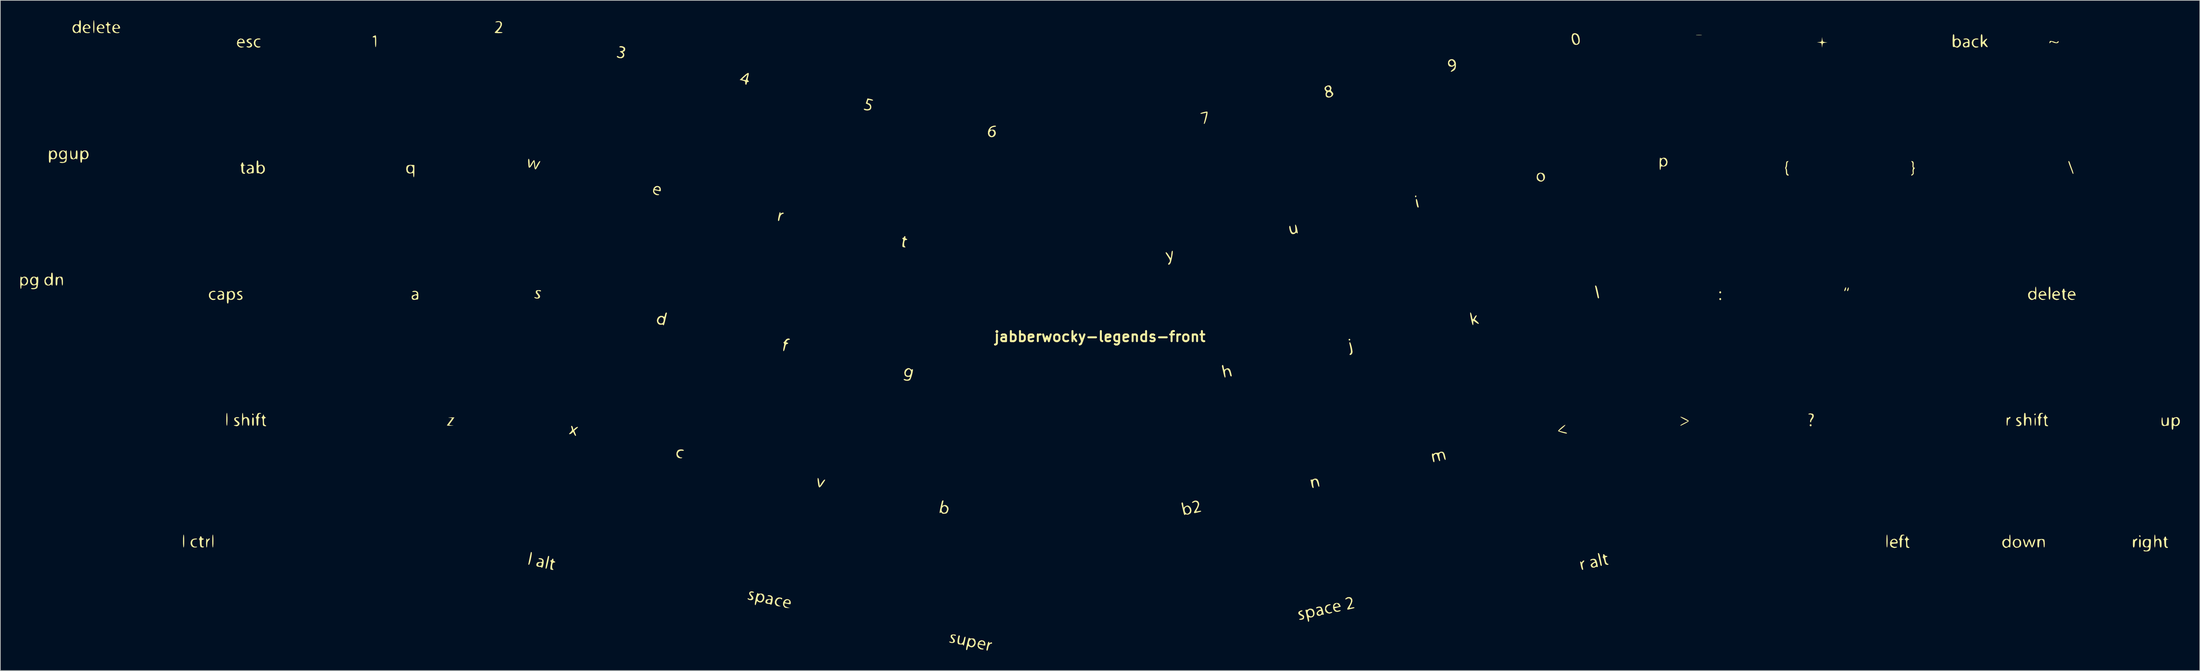
<source format=kicad_pcb>
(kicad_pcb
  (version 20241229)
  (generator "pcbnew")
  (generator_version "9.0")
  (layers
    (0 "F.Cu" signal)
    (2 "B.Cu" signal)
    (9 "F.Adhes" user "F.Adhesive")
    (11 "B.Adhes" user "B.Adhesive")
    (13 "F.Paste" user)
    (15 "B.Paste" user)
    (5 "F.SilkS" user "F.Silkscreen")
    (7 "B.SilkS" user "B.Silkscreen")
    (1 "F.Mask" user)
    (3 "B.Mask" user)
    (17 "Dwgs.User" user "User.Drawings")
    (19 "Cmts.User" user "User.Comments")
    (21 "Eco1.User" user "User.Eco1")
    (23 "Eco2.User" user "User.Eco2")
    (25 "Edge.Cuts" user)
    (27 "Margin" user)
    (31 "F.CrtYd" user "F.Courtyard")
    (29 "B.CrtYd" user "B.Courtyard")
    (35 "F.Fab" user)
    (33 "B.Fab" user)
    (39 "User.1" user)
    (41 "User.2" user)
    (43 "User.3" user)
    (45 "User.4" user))
  (footprint "jabberwocky-legends-front"
    (layer "F.Cu")
    (at 162.819 47.757)
    (property "Reference" "jabberwocky-legends-front" (at 0 0 0) (layer "F.SilkS") (effects (font (size 1.524 1.524) (thickness 0.3))))
    (attr through_hole)
    (fp_poly (pts (xy -127.634 11.703) (xy -127.62 11.804) (xy -127.713 11.853) (xy -127.829 11.785) (xy -127.847 11.719) (xy -127.797 11.621) (xy -127.746 11.619) (xy -127.634 11.703)) (stroke (width 0.01) (type solid)) (fill yes) (layer "F.SilkS"))
    (fp_poly (pts (xy 141.139 11.719) (xy 141.071 11.836) (xy 141.005 11.853) (xy 140.907 11.804) (xy 140.905 11.753) (xy 140.989 11.641) (xy 141.09 11.627) (xy 141.139 11.719)) (stroke (width 0.01) (type solid)) (fill yes) (layer "F.SilkS"))
    (fp_poly (pts (xy 156.869 30.014) (xy 156.953 30.125) (xy 156.916 30.212) (xy 156.852 30.226) (xy 156.735 30.158) (xy 156.718 30.092) (xy 156.767 29.999) (xy 156.869 30.014)) (stroke (width 0.01) (type solid)) (fill yes) (layer "F.SilkS"))
    (fp_poly (pts (xy 37.747 0.406) (xy 37.761 0.466) (xy 37.694 0.578) (xy 37.634 0.593) (xy 37.522 0.525) (xy 37.507 0.466) (xy 37.575 0.353) (xy 37.634 0.339) (xy 37.747 0.406)) (stroke (width 0.01) (type solid)) (fill yes) (layer "F.SilkS"))
    (fp_poly (pts (xy 47.71 -21.251) (xy 47.716 -21.111) (xy 47.686 -21.067) (xy 47.583 -21.037) (xy 47.54 -21.082) (xy 47.534 -21.222) (xy 47.564 -21.266) (xy 47.667 -21.296) (xy 47.71 -21.251)) (stroke (width 0.01) (type solid)) (fill yes) (layer "F.SilkS"))
    (fp_poly (pts (xy 93.628 -6.817) (xy 93.651 -6.798) (xy 93.698 -6.664) (xy 93.637 -6.546) (xy 93.557 -6.519) (xy 93.448 -6.581) (xy 93.425 -6.611) (xy 93.415 -6.74) (xy 93.505 -6.827) (xy 93.628 -6.817)) (stroke (width 0.01) (type solid)) (fill yes) (layer "F.SilkS"))
    (fp_poly (pts (xy 93.628 -5.801) (xy 93.651 -5.782) (xy 93.698 -5.648) (xy 93.637 -5.53) (xy 93.557 -5.503) (xy 93.448 -5.565) (xy 93.425 -5.595) (xy 93.415 -5.724) (xy 93.505 -5.811) (xy 93.628 -5.801)) (stroke (width 0.01) (type solid)) (fill yes) (layer "F.SilkS"))
    (fp_poly (pts (xy 107.259 13.249) (xy 107.282 13.268) (xy 107.33 13.402) (xy 107.268 13.52) (xy 107.188 13.547) (xy 107.079 13.485) (xy 107.056 13.455) (xy 107.047 13.325) (xy 107.136 13.239) (xy 107.259 13.249)) (stroke (width 0.01) (type solid)) (fill yes) (layer "F.SilkS"))
    (fp_poly (pts (xy 112.537 -7.329) (xy 112.5 -7.154) (xy 112.42 -6.964) (xy 112.337 -6.859) (xy 112.279 -6.868) (xy 112.268 -6.937) (xy 112.296 -7.07) (xy 112.351 -7.233) (xy 112.447 -7.416) (xy 112.518 -7.443) (xy 112.537 -7.329)) (stroke (width 0.01) (type solid)) (fill yes) (layer "F.SilkS"))
    (fp_poly (pts (xy 90.664 -45.531) (xy 90.699 -45.528) (xy 90.784 -45.514) (xy 90.715 -45.503) (xy 90.511 -45.497) (xy 90.339 -45.496) (xy 90.065 -45.499) (xy 89.916 -45.507) (xy 89.912 -45.52) (xy 89.98 -45.528) (xy 90.317 -45.541) (xy 90.664 -45.531)) (stroke (width 0.01) (type solid)) (fill yes) (layer "F.SilkS"))
    (fp_poly (pts (xy 112.934 -7.315) (xy 112.907 -7.134) (xy 112.85 -6.958) (xy 112.782 -6.861) (xy 112.769 -6.858) (xy 112.693 -6.922) (xy 112.691 -6.937) (xy 112.719 -7.085) (xy 112.785 -7.257) (xy 112.859 -7.392) (xy 112.913 -7.426) (xy 112.934 -7.315)) (stroke (width 0.01) (type solid)) (fill yes) (layer "F.SilkS"))
    (fp_poly (pts (xy -151.685 -47.671) (xy -151.657 -47.441) (xy -151.641 -47.083) (xy -151.638 -46.778) (xy -151.645 -46.345) (xy -151.665 -46.026) (xy -151.696 -45.842) (xy -151.723 -45.805) (xy -151.76 -45.886) (xy -151.788 -46.116) (xy -151.804 -46.474) (xy -151.807 -46.778) (xy -151.8 -47.212) (xy -151.78 -47.53) (xy -151.749 -47.714) (xy -151.723 -47.752) (xy -151.685 -47.671)) (stroke (width 0.01) (type solid)) (fill yes) (layer "F.SilkS"))
    (fp_poly (pts (xy -138.138 29.968) (xy -138.111 30.198) (xy -138.095 30.556) (xy -138.091 30.861) (xy -138.098 31.294) (xy -138.118 31.613) (xy -138.15 31.797) (xy -138.176 31.835) (xy -138.214 31.754) (xy -138.241 31.524) (xy -138.257 31.166) (xy -138.261 30.861) (xy -138.254 30.428) (xy -138.234 30.109) (xy -138.202 29.925) (xy -138.176 29.887) (xy -138.138 29.968)) (stroke (width 0.01) (type solid)) (fill yes) (layer "F.SilkS"))
    (fp_poly (pts (xy -133.736 29.968) (xy -133.708 30.198) (xy -133.692 30.556) (xy -133.689 30.861) (xy -133.696 31.294) (xy -133.716 31.613) (xy -133.747 31.797) (xy -133.773 31.835) (xy -133.811 31.754) (xy -133.839 31.524) (xy -133.855 31.166) (xy -133.858 30.861) (xy -133.851 30.428) (xy -133.831 30.109) (xy -133.8 29.925) (xy -133.773 29.887) (xy -133.736 29.968)) (stroke (width 0.01) (type solid)) (fill yes) (layer "F.SilkS"))
    (fp_poly (pts (xy -131.619 11.596) (xy -131.591 11.826) (xy -131.575 12.184) (xy -131.572 12.488) (xy -131.579 12.922) (xy -131.599 13.24) (xy -131.63 13.424) (xy -131.657 13.462) (xy -131.694 13.381) (xy -131.722 13.151) (xy -131.738 12.793) (xy -131.741 12.488) (xy -131.734 12.055) (xy -131.714 11.736) (xy -131.683 11.552) (xy -131.657 11.515) (xy -131.619 11.596)) (stroke (width 0.01) (type solid)) (fill yes) (layer "F.SilkS"))
    (fp_poly (pts (xy -127.653 12.225) (xy -127.613 12.345) (xy -127.596 12.583) (xy -127.593 12.827) (xy -127.599 13.162) (xy -127.623 13.359) (xy -127.671 13.447) (xy -127.72 13.462) (xy -127.787 13.429) (xy -127.826 13.309) (xy -127.844 13.071) (xy -127.847 12.827) (xy -127.84 12.492) (xy -127.816 12.295) (xy -127.768 12.207) (xy -127.72 12.192) (xy -127.653 12.225)) (stroke (width 0.01) (type solid)) (fill yes) (layer "F.SilkS"))
    (fp_poly (pts (xy 47.795 -20.723) (xy 47.875 -20.503) (xy 47.913 -20.335) (xy 47.975 -20.034) (xy 48.032 -19.776) (xy 48.059 -19.664) (xy 48.066 -19.511) (xy 47.985 -19.473) (xy 47.901 -19.538) (xy 47.82 -19.74) (xy 47.736 -20.097) (xy 47.735 -20.104) (xy 47.674 -20.443) (xy 47.656 -20.648) (xy 47.681 -20.751) (xy 47.713 -20.775) (xy 47.795 -20.723)) (stroke (width 0.01) (type solid)) (fill yes) (layer "F.SilkS"))
    (fp_poly (pts (xy 118.74 29.968) (xy 118.768 30.198) (xy 118.784 30.556) (xy 118.787 30.861) (xy 118.78 31.294) (xy 118.76 31.613) (xy 118.729 31.797) (xy 118.703 31.835) (xy 118.665 31.754) (xy 118.637 31.524) (xy 118.621 31.166) (xy 118.618 30.861) (xy 118.625 30.428) (xy 118.645 30.109) (xy 118.676 29.925) (xy 118.703 29.887) (xy 118.74 29.968)) (stroke (width 0.01) (type solid)) (fill yes) (layer "F.SilkS"))
    (fp_poly (pts (xy 141.097 12.271) (xy 141.127 12.484) (xy 141.139 12.797) (xy 141.139 12.827) (xy 141.129 13.147) (xy 141.1 13.37) (xy 141.059 13.461) (xy 141.055 13.462) (xy 141.012 13.383) (xy 140.982 13.17) (xy 140.97 12.857) (xy 140.97 12.827) (xy 140.981 12.507) (xy 141.009 12.284) (xy 141.051 12.193) (xy 141.055 12.192) (xy 141.097 12.271)) (stroke (width 0.01) (type solid)) (fill yes) (layer "F.SilkS"))
    (fp_poly (pts (xy 156.912 30.598) (xy 156.951 30.718) (xy 156.969 30.956) (xy 156.972 31.2) (xy 156.965 31.535) (xy 156.941 31.731) (xy 156.894 31.82) (xy 156.845 31.835) (xy 156.778 31.801) (xy 156.739 31.681) (xy 156.721 31.443) (xy 156.718 31.2) (xy 156.725 30.865) (xy 156.749 30.668) (xy 156.796 30.579) (xy 156.845 30.565) (xy 156.912 30.598)) (stroke (width 0.01) (type solid)) (fill yes) (layer "F.SilkS"))
    (fp_poly (pts (xy 74.866 -7.621) (xy 74.956 -7.37) (xy 75.06 -6.955) (xy 75.086 -6.837) (xy 75.163 -6.466) (xy 75.223 -6.153) (xy 75.261 -5.936) (xy 75.27 -5.863) (xy 75.23 -5.762) (xy 75.147 -5.783) (xy 75.071 -5.906) (xy 75.059 -5.948) (xy 74.921 -6.548) (xy 74.812 -7.033) (xy 74.732 -7.39) (xy 74.687 -7.605) (xy 74.676 -7.666) (xy 74.744 -7.701) (xy 74.789 -7.705) (xy 74.866 -7.621)) (stroke (width 0.01) (type solid)) (fill yes) (layer "F.SilkS"))
    (fp_poly (pts (xy 75.289 32.765) (xy 75.38 33.016) (xy 75.484 33.431) (xy 75.509 33.549) (xy 75.586 33.92) (xy 75.647 34.233) (xy 75.684 34.45) (xy 75.693 34.523) (xy 75.653 34.624) (xy 75.571 34.603) (xy 75.494 34.48) (xy 75.482 34.438) (xy 75.345 33.838) (xy 75.235 33.353) (xy 75.156 32.996) (xy 75.11 32.781) (xy 75.099 32.72) (xy 75.167 32.685) (xy 75.212 32.681) (xy 75.289 32.765)) (stroke (width 0.01) (type solid)) (fill yes) (layer "F.SilkS"))
    (fp_poly (pts (xy -85.72 32.532) (xy -85.687 32.56) (xy -85.67 32.674) (xy -85.69 32.907) (xy -85.74 33.218) (xy -85.809 33.563) (xy -85.889 33.9) (xy -85.97 34.186) (xy -86.044 34.38) (xy -86.09 34.44) (xy -86.183 34.428) (xy -86.192 34.403) (xy -86.175 34.288) (xy -86.132 34.056) (xy -86.07 33.747) (xy -85.999 33.404) (xy -85.926 33.068) (xy -85.862 32.78) (xy -85.814 32.583) (xy -85.794 32.518) (xy -85.72 32.532)) (stroke (width 0.01) (type solid)) (fill yes) (layer "F.SilkS"))
    (fp_poly (pts (xy 143.269 -7.509) (xy 143.307 -7.414) (xy 143.329 -7.222) (xy 143.339 -6.908) (xy 143.341 -6.562) (xy 143.337 -6.134) (xy 143.325 -5.849) (xy 143.3 -5.681) (xy 143.259 -5.603) (xy 143.214 -5.588) (xy 143.158 -5.614) (xy 143.121 -5.71) (xy 143.099 -5.901) (xy 143.089 -6.215) (xy 143.087 -6.562) (xy 143.09 -6.989) (xy 143.103 -7.274) (xy 143.128 -7.442) (xy 143.168 -7.52) (xy 143.214 -7.535) (xy 143.269 -7.509)) (stroke (width 0.01) (type solid)) (fill yes) (layer "F.SilkS"))
    (fp_poly (pts (xy 37.768 0.923) (xy 37.849 1.123) (xy 37.934 1.404) (xy 38.011 1.722) (xy 38.07 2.034) (xy 38.099 2.297) (xy 38.1 2.345) (xy 38.05 2.543) (xy 37.929 2.702) (xy 37.781 2.781) (xy 37.656 2.745) (xy 37.67 2.656) (xy 37.76 2.541) (xy 37.824 2.453) (xy 37.856 2.331) (xy 37.854 2.148) (xy 37.815 1.878) (xy 37.737 1.494) (xy 37.633 1.037) (xy 37.636 0.88) (xy 37.703 0.847) (xy 37.768 0.923)) (stroke (width 0.01) (type solid)) (fill yes) (layer "F.SilkS"))
    (fp_poly (pts (xy -83.072 33.143) (xy -83.067 33.271) (xy -83.1 33.511) (xy -83.173 33.884) (xy -83.215 34.078) (xy -83.314 34.514) (xy -83.39 34.806) (xy -83.451 34.973) (xy -83.507 35.038) (xy -83.565 35.023) (xy -83.585 35.005) (xy -83.589 34.907) (xy -83.561 34.684) (xy -83.505 34.376) (xy -83.473 34.222) (xy -83.376 33.774) (xy -83.306 33.465) (xy -83.255 33.27) (xy -83.215 33.162) (xy -83.176 33.116) (xy -83.131 33.105) (xy -83.113 33.105) (xy -83.072 33.143)) (stroke (width 0.01) (type solid)) (fill yes) (layer "F.SilkS"))
    (fp_poly (pts (xy -109.181 -45.387) (xy -109.155 -45.169) (xy -109.139 -44.844) (xy -109.135 -44.577) (xy -109.143 -44.17) (xy -109.165 -43.874) (xy -109.198 -43.712) (xy -109.22 -43.688) (xy -109.26 -43.768) (xy -109.289 -43.99) (xy -109.304 -44.325) (xy -109.305 -44.456) (xy -109.307 -44.818) (xy -109.319 -45.04) (xy -109.347 -45.153) (xy -109.398 -45.185) (xy -109.467 -45.172) (xy -109.63 -45.158) (xy -109.671 -45.226) (xy -109.582 -45.329) (xy -109.51 -45.369) (xy -109.324 -45.441) (xy -109.216 -45.466) (xy -109.181 -45.387)) (stroke (width 0.01) (type solid)) (fill yes) (layer "F.SilkS"))
    (fp_poly (pts (xy 143.507 -44.612) (xy 143.743 -44.564) (xy 143.982 -44.484) (xy 144.192 -44.405) (xy 144.308 -44.398) (xy 144.391 -44.468) (xy 144.415 -44.499) (xy 144.531 -44.603) (xy 144.588 -44.559) (xy 144.561 -44.42) (xy 144.438 -44.312) (xy 144.213 -44.285) (xy 143.934 -44.339) (xy 143.745 -44.418) (xy 143.561 -44.502) (xy 143.46 -44.501) (xy 143.38 -44.418) (xy 143.262 -44.3) (xy 143.192 -44.299) (xy 143.205 -44.415) (xy 143.249 -44.55) (xy 143.256 -44.584) (xy 143.328 -44.621) (xy 143.507 -44.612)) (stroke (width 0.01) (type solid)) (fill yes) (layer "F.SilkS"))
    (fp_poly (pts (xy 146.191 -26.429) (xy 146.27 -26.253) (xy 146.28 -26.226) (xy 146.351 -26.018) (xy 146.461 -25.71) (xy 146.591 -25.357) (xy 146.63 -25.252) (xy 146.738 -24.943) (xy 146.804 -24.703) (xy 146.819 -24.57) (xy 146.807 -24.553) (xy 146.704 -24.62) (xy 146.685 -24.659) (xy 146.64 -24.78) (xy 146.55 -25.019) (xy 146.431 -25.338) (xy 146.349 -25.555) (xy 146.199 -25.958) (xy 146.106 -26.228) (xy 146.063 -26.391) (xy 146.065 -26.474) (xy 146.105 -26.5) (xy 146.12 -26.501) (xy 146.191 -26.429)) (stroke (width 0.01) (type solid)) (fill yes) (layer "F.SilkS"))
    (fp_poly (pts (xy -48.078 39.41) (xy -47.919 39.489) (xy -47.909 39.603) (xy -47.914 39.612) (xy -47.996 39.676) (xy -48.043 39.633) (xy -48.18 39.55) (xy -48.382 39.556) (xy -48.571 39.645) (xy -48.615 39.688) (xy -48.778 39.972) (xy -48.776 40.239) (xy -48.616 40.466) (xy -48.411 40.589) (xy -48.133 40.711) (xy -48.408 40.718) (xy -48.7 40.659) (xy -48.853 40.555) (xy -48.998 40.307) (xy -49.017 40.022) (xy -48.929 39.744) (xy -48.752 39.518) (xy -48.505 39.39) (xy -48.37 39.376) (xy -48.078 39.41)) (stroke (width 0.01) (type solid)) (fill yes) (layer "F.SilkS"))
    (fp_poly (pts (xy 108.96 -44.831) (xy 109.005 -44.611) (xy 109.091 -44.505) (xy 109.277 -44.455) (xy 109.347 -44.444) (xy 109.686 -44.396) (xy 109.347 -44.359) (xy 109.128 -44.323) (xy 109.022 -44.243) (xy 108.972 -44.063) (xy 108.96 -43.984) (xy 108.912 -43.646) (xy 108.875 -43.984) (xy 108.839 -44.203) (xy 108.759 -44.31) (xy 108.579 -44.359) (xy 108.5 -44.371) (xy 108.162 -44.42) (xy 108.5 -44.456) (xy 108.719 -44.491) (xy 108.823 -44.57) (xy 108.866 -44.746) (xy 108.875 -44.831) (xy 108.912 -45.17) (xy 108.96 -44.831)) (stroke (width 0.01) (type solid)) (fill yes) (layer "F.SilkS"))
    (fp_poly (pts (xy 137.306 12.14) (xy 137.329 12.234) (xy 137.263 12.347) (xy 137.205 12.361) (xy 137.054 12.44) (xy 136.951 12.661) (xy 136.907 13.004) (xy 136.906 13.075) (xy 136.889 13.305) (xy 136.847 13.443) (xy 136.821 13.462) (xy 136.779 13.383) (xy 136.749 13.17) (xy 136.737 12.857) (xy 136.737 12.827) (xy 136.747 12.507) (xy 136.776 12.284) (xy 136.817 12.193) (xy 136.821 12.192) (xy 136.903 12.257) (xy 136.906 12.283) (xy 136.954 12.305) (xy 137.039 12.24) (xy 137.203 12.122) (xy 137.306 12.14)) (stroke (width 0.01) (type solid)) (fill yes) (layer "F.SilkS"))
    (fp_poly (pts (xy -134.217 30.497) (xy -134.224 30.564) (xy -134.349 30.708) (xy -134.408 30.769) (xy -134.545 30.946) (xy -134.608 31.161) (xy -134.62 31.407) (xy -134.635 31.65) (xy -134.674 31.805) (xy -134.705 31.835) (xy -134.747 31.755) (xy -134.776 31.539) (xy -134.789 31.218) (xy -134.789 31.157) (xy -134.779 30.822) (xy -134.752 30.586) (xy -134.712 30.482) (xy -134.705 30.48) (xy -134.632 30.55) (xy -134.617 30.628) (xy -134.608 30.731) (xy -134.563 30.686) (xy -134.529 30.628) (xy -134.402 30.505) (xy -134.319 30.48) (xy -134.217 30.497)) (stroke (width 0.01) (type solid)) (fill yes) (layer "F.SilkS"))
    (fp_poly (pts (xy -48.186 -18.726) (xy -48.175 -18.652) (xy -48.152 -18.559) (xy -48.074 -18.61) (xy -47.931 -18.69) (xy -47.774 -18.707) (xy -47.675 -18.657) (xy -47.667 -18.627) (xy -47.736 -18.552) (xy -47.794 -18.542) (xy -47.993 -18.463) (xy -48.162 -18.25) (xy -48.277 -17.938) (xy -48.296 -17.834) (xy -48.355 -17.561) (xy -48.429 -17.446) (xy -48.525 -17.48) (xy -48.53 -17.485) (xy -48.539 -17.587) (xy -48.514 -17.798) (xy -48.465 -18.07) (xy -48.403 -18.353) (xy -48.337 -18.6) (xy -48.278 -18.761) (xy -48.248 -18.796) (xy -48.186 -18.726)) (stroke (width 0.01) (type solid)) (fill yes) (layer "F.SilkS"))
    (fp_poly (pts (xy 107.48 11.651) (xy 107.64 11.802) (xy 107.658 12.041) (xy 107.609 12.197) (xy 107.499 12.404) (xy 107.391 12.538) (xy 107.289 12.703) (xy 107.273 12.795) (xy 107.235 12.927) (xy 107.188 12.954) (xy 107.123 12.882) (xy 107.103 12.754) (xy 107.155 12.544) (xy 107.273 12.338) (xy 107.392 12.148) (xy 107.442 11.993) (xy 107.442 11.992) (xy 107.369 11.838) (xy 107.194 11.746) (xy 107.007 11.747) (xy 106.879 11.741) (xy 106.849 11.694) (xy 106.925 11.633) (xy 107.119 11.601) (xy 107.185 11.599) (xy 107.48 11.651)) (stroke (width 0.01) (type solid)) (fill yes) (layer "F.SilkS"))
    (fp_poly (pts (xy 156.458 30.527) (xy 156.442 30.634) (xy 156.331 30.747) (xy 156.274 30.777) (xy 156.161 30.853) (xy 156.098 30.985) (xy 156.065 31.222) (xy 156.058 31.348) (xy 156.029 31.644) (xy 155.977 31.798) (xy 155.909 31.835) (xy 155.844 31.798) (xy 155.806 31.668) (xy 155.789 31.415) (xy 155.787 31.2) (xy 155.797 30.88) (xy 155.826 30.657) (xy 155.867 30.565) (xy 155.871 30.565) (xy 155.951 30.631) (xy 155.956 30.662) (xy 156.005 30.693) (xy 156.111 30.62) (xy 156.268 30.511) (xy 156.365 30.48) (xy 156.458 30.527)) (stroke (width 0.01) (type solid)) (fill yes) (layer "F.SilkS"))
    (fp_poly (pts (xy -133.478 -6.889) (xy -133.357 -6.813) (xy -133.386 -6.757) (xy -133.545 -6.747) (xy -133.583 -6.751) (xy -133.87 -6.725) (xy -134.062 -6.564) (xy -134.144 -6.283) (xy -134.146 -6.223) (xy -134.084 -5.922) (xy -133.91 -5.739) (xy -133.638 -5.689) (xy -133.583 -5.695) (xy -133.403 -5.695) (xy -133.353 -5.644) (xy -133.452 -5.568) (xy -133.484 -5.555) (xy -133.741 -5.514) (xy -133.943 -5.563) (xy -134.195 -5.737) (xy -134.342 -6.003) (xy -134.371 -6.314) (xy -134.268 -6.618) (xy -134.242 -6.659) (xy -134.052 -6.811) (xy -133.784 -6.901) (xy -133.526 -6.903) (xy -133.478 -6.889)) (stroke (width 0.01) (type solid)) (fill yes) (layer "F.SilkS"))
    (fp_poly (pts (xy -126.705 -44.989) (xy -126.584 -44.913) (xy -126.613 -44.857) (xy -126.772 -44.847) (xy -126.809 -44.851) (xy -127.096 -44.825) (xy -127.289 -44.664) (xy -127.371 -44.383) (xy -127.373 -44.323) (xy -127.311 -44.022) (xy -127.137 -43.839) (xy -126.865 -43.789) (xy -126.809 -43.795) (xy -126.63 -43.795) (xy -126.58 -43.744) (xy -126.678 -43.668) (xy -126.711 -43.655) (xy -126.968 -43.614) (xy -127.169 -43.663) (xy -127.421 -43.837) (xy -127.568 -44.103) (xy -127.598 -44.414) (xy -127.495 -44.718) (xy -127.469 -44.759) (xy -127.279 -44.911) (xy -127.011 -45.001) (xy -126.752 -45.003) (xy -126.705 -44.989)) (stroke (width 0.01) (type solid)) (fill yes) (layer "F.SilkS"))
    (fp_poly (pts (xy -42.445 21.41) (xy -42.386 21.593) (xy -42.38 21.632) (xy -42.332 21.937) (xy -42.285 22.235) (xy -42.237 22.54) (xy -41.94 22.065) (xy -41.771 21.822) (xy -41.617 21.651) (xy -41.517 21.59) (xy -41.456 21.595) (xy -41.436 21.628) (xy -41.47 21.713) (xy -41.57 21.877) (xy -41.747 22.146) (xy -41.843 22.288) (xy -42.022 22.532) (xy -42.18 22.707) (xy -42.283 22.775) (xy -42.285 22.775) (xy -42.376 22.701) (xy -42.444 22.521) (xy -42.448 22.5) (xy -42.528 21.994) (xy -42.566 21.626) (xy -42.561 21.403) (xy -42.517 21.336) (xy -42.445 21.41)) (stroke (width 0.01) (type solid)) (fill yes) (layer "F.SilkS"))
    (fp_poly (pts (xy -16.687 46.126) (xy -16.679 46.203) (xy -16.656 46.296) (xy -16.578 46.245) (xy -16.422 46.152) (xy -16.297 46.174) (xy -16.256 46.275) (xy -16.299 46.361) (xy -16.346 46.352) (xy -16.478 46.356) (xy -16.626 46.48) (xy -16.752 46.68) (xy -16.808 46.851) (xy -16.876 47.161) (xy -16.934 47.336) (xy -16.993 47.407) (xy -17.024 47.413) (xy -17.09 47.343) (xy -17.102 47.265) (xy -17.081 47.084) (xy -17.031 46.842) (xy -17.026 46.821) (xy -16.957 46.544) (xy -16.898 46.293) (xy -16.898 46.291) (xy -16.828 46.121) (xy -16.746 46.06) (xy -16.687 46.126)) (stroke (width 0.01) (type solid)) (fill yes) (layer "F.SilkS"))
    (fp_poly (pts (xy 16.211 -33.938) (xy 16.236 -33.873) (xy 16.229 -33.708) (xy 16.183 -33.442) (xy 16.11 -33.12) (xy 16.021 -32.783) (xy 15.927 -32.475) (xy 15.84 -32.237) (xy 15.771 -32.114) (xy 15.76 -32.107) (xy 15.682 -32.125) (xy 15.694 -32.227) (xy 15.735 -32.38) (xy 15.801 -32.648) (xy 15.88 -32.981) (xy 15.905 -33.088) (xy 16.067 -33.791) (xy 15.802 -33.737) (xy 15.546 -33.683) (xy 15.346 -33.638) (xy 15.2 -33.636) (xy 15.155 -33.682) (xy 15.231 -33.745) (xy 15.429 -33.821) (xy 15.684 -33.889) (xy 15.973 -33.949) (xy 16.136 -33.966) (xy 16.211 -33.938)) (stroke (width 0.01) (type solid)) (fill yes) (layer "F.SilkS"))
    (fp_poly (pts (xy 70.161 13.405) (xy 70.042 13.542) (xy 69.85 13.725) (xy 69.72 13.834) (xy 69.252 14.216) (xy 69.577 14.303) (xy 69.871 14.378) (xy 70.151 14.441) (xy 70.172 14.445) (xy 70.357 14.502) (xy 70.442 14.568) (xy 70.443 14.573) (xy 70.417 14.625) (xy 70.323 14.635) (xy 70.131 14.599) (xy 69.814 14.516) (xy 69.699 14.483) (xy 69.416 14.396) (xy 69.201 14.318) (xy 69.106 14.269) (xy 69.132 14.185) (xy 69.268 14.027) (xy 69.486 13.822) (xy 69.759 13.596) (xy 69.956 13.448) (xy 70.129 13.339) (xy 70.193 13.331) (xy 70.161 13.405)) (stroke (width 0.01) (type solid)) (fill yes) (layer "F.SilkS"))
    (fp_poly (pts (xy 73.041 33.814) (xy 73.052 33.823) (xy 73.031 33.907) (xy 72.92 34.054) (xy 72.901 34.075) (xy 72.799 34.201) (xy 72.751 34.333) (xy 72.755 34.515) (xy 72.81 34.79) (xy 72.861 35) (xy 72.877 35.169) (xy 72.8 35.221) (xy 72.795 35.221) (xy 72.705 35.144) (xy 72.614 34.907) (xy 72.54 34.608) (xy 72.48 34.307) (xy 72.443 34.079) (xy 72.437 33.965) (xy 72.439 33.96) (xy 72.52 33.979) (xy 72.6 34.034) (xy 72.701 34.096) (xy 72.729 34.027) (xy 72.729 34.013) (xy 72.79 33.892) (xy 72.92 33.81) (xy 73.041 33.814)) (stroke (width 0.01) (type solid)) (fill yes) (layer "F.SilkS"))
    (fp_poly (pts (xy 132.375 -44.989) (xy 132.496 -44.913) (xy 132.467 -44.857) (xy 132.308 -44.847) (xy 132.27 -44.851) (xy 131.984 -44.825) (xy 131.791 -44.664) (xy 131.709 -44.383) (xy 131.707 -44.323) (xy 131.769 -44.022) (xy 131.943 -43.839) (xy 132.215 -43.789) (xy 132.27 -43.795) (xy 132.45 -43.795) (xy 132.5 -43.744) (xy 132.402 -43.668) (xy 132.369 -43.655) (xy 132.112 -43.614) (xy 131.911 -43.663) (xy 131.659 -43.837) (xy 131.512 -44.103) (xy 131.482 -44.414) (xy 131.585 -44.718) (xy 131.611 -44.759) (xy 131.801 -44.911) (xy 132.069 -45.001) (xy 132.328 -45.003) (xy 132.375 -44.989)) (stroke (width 0.01) (type solid)) (fill yes) (layer "F.SilkS"))
    (fp_poly (pts (xy -136.173 30.508) (xy -136.144 30.551) (xy -136.218 30.599) (xy -136.397 30.621) (xy -136.41 30.621) (xy -136.662 30.676) (xy -136.791 30.778) (xy -136.894 31.026) (xy -136.885 31.287) (xy -136.786 31.519) (xy -136.616 31.678) (xy -136.397 31.722) (xy -136.348 31.713) (xy -136.193 31.704) (xy -136.144 31.748) (xy -136.219 31.803) (xy -136.406 31.833) (xy -136.477 31.835) (xy -136.74 31.802) (xy -136.925 31.68) (xy -136.992 31.602) (xy -137.121 31.317) (xy -137.119 31.003) (xy -136.991 30.723) (xy -136.899 30.628) (xy -136.736 30.545) (xy -136.521 30.493) (xy -136.314 30.479) (xy -136.173 30.508)) (stroke (width 0.01) (type solid)) (fill yes) (layer "F.SilkS"))
    (fp_poly (pts (xy -62.95 17.045) (xy -62.786 17.114) (xy -62.738 17.2) (xy -62.811 17.24) (xy -62.992 17.231) (xy -63.026 17.226) (xy -63.315 17.243) (xy -63.54 17.389) (xy -63.66 17.631) (xy -63.669 17.732) (xy -63.609 17.915) (xy -63.462 18.095) (xy -63.28 18.225) (xy -63.117 18.256) (xy -63.104 18.251) (xy -63.004 18.258) (xy -62.992 18.291) (xy -63.063 18.351) (xy -63.233 18.367) (xy -63.439 18.342) (xy -63.611 18.279) (xy -63.785 18.089) (xy -63.862 17.817) (xy -63.841 17.521) (xy -63.723 17.256) (xy -63.609 17.138) (xy -63.417 17.053) (xy -63.179 17.024) (xy -62.95 17.045)) (stroke (width 0.01) (type solid)) (fill yes) (layer "F.SilkS"))
    (fp_poly (pts (xy 87.799 12.166) (xy 88.065 12.283) (xy 88.18 12.338) (xy 88.471 12.492) (xy 88.691 12.627) (xy 88.806 12.721) (xy 88.815 12.74) (xy 88.745 12.818) (xy 88.56 12.946) (xy 88.298 13.097) (xy 88.249 13.123) (xy 87.921 13.294) (xy 87.716 13.398) (xy 87.603 13.446) (xy 87.556 13.448) (xy 87.545 13.417) (xy 87.545 13.403) (xy 87.616 13.333) (xy 87.802 13.215) (xy 88.067 13.072) (xy 88.117 13.047) (xy 88.688 12.766) (xy 88.117 12.478) (xy 87.843 12.329) (xy 87.641 12.201) (xy 87.548 12.115) (xy 87.545 12.107) (xy 87.615 12.104) (xy 87.799 12.166)) (stroke (width 0.01) (type solid)) (fill yes) (layer "F.SilkS"))
    (fp_poly (pts (xy 34.784 40.428) (xy 34.798 40.46) (xy 34.727 40.537) (xy 34.629 40.555) (xy 34.413 40.629) (xy 34.226 40.809) (xy 34.125 41.034) (xy 34.121 41.091) (xy 34.18 41.283) (xy 34.325 41.479) (xy 34.335 41.489) (xy 34.504 41.621) (xy 34.654 41.641) (xy 34.801 41.596) (xy 34.989 41.554) (xy 35.05 41.595) (xy 34.966 41.69) (xy 34.888 41.738) (xy 34.595 41.82) (xy 34.307 41.74) (xy 34.174 41.65) (xy 34.022 41.489) (xy 33.959 41.284) (xy 33.951 41.113) (xy 33.999 40.779) (xy 34.105 40.612) (xy 34.274 40.505) (xy 34.48 40.431) (xy 34.669 40.401) (xy 34.784 40.428)) (stroke (width 0.01) (type solid)) (fill yes) (layer "F.SilkS"))
    (fp_poly (pts (xy -52.379 38.47) (xy -52.199 38.546) (xy -52.165 38.62) (xy -52.273 38.654) (xy -52.398 38.64) (xy -52.62 38.633) (xy -52.706 38.715) (xy -52.652 38.87) (xy -52.503 39.035) (xy -52.296 39.287) (xy -52.247 39.516) (xy -52.341 39.692) (xy -52.53 39.779) (xy -52.783 39.779) (xy -53.018 39.695) (xy -53.04 39.679) (xy -53.136 39.567) (xy -53.105 39.509) (xy -52.987 39.509) (xy -52.96 39.538) (xy -52.828 39.617) (xy -52.654 39.603) (xy -52.528 39.505) (xy -52.521 39.489) (xy -52.546 39.331) (xy -52.698 39.143) (xy -52.862 38.914) (xy -52.886 38.697) (xy -52.787 38.53) (xy -52.583 38.451) (xy -52.379 38.47)) (stroke (width 0.01) (type solid)) (fill yes) (layer "F.SilkS"))
    (fp_poly (pts (xy -129.229 -26.266) (xy -129.201 -26.123) (xy -129.146 -25.947) (xy -129.011 -25.883) (xy -128.82 -25.846) (xy -129.011 -25.835) (xy -129.116 -25.814) (xy -129.173 -25.741) (xy -129.197 -25.576) (xy -129.201 -25.307) (xy -129.194 -25.015) (xy -129.163 -24.851) (xy -129.096 -24.771) (xy -129.033 -24.747) (xy -128.917 -24.683) (xy -128.911 -24.628) (xy -129.039 -24.557) (xy -129.219 -24.606) (xy -129.322 -24.686) (xy -129.415 -24.874) (xy -129.454 -25.206) (xy -129.455 -25.314) (xy -129.474 -25.638) (xy -129.527 -25.821) (xy -129.561 -25.852) (xy -129.624 -25.89) (xy -129.561 -25.901) (xy -129.473 -25.978) (xy -129.455 -26.068) (xy -129.396 -26.226) (xy -129.328 -26.277) (xy -129.229 -26.266)) (stroke (width 0.01) (type solid)) (fill yes) (layer "F.SilkS"))
    (fp_poly (pts (xy -82.409 33.578) (xy -82.421 33.691) (xy -82.413 33.839) (xy -82.3 33.908) (xy -82.152 33.991) (xy -82.146 34.07) (xy -82.279 34.101) (xy -82.311 34.099) (xy -82.473 34.137) (xy -82.557 34.29) (xy -82.622 34.656) (xy -82.592 34.943) (xy -82.487 35.103) (xy -82.399 35.183) (xy -82.448 35.214) (xy -82.574 35.219) (xy -82.775 35.175) (xy -82.861 35.087) (xy -82.871 34.934) (xy -82.845 34.682) (xy -82.806 34.477) (xy -82.751 34.181) (xy -82.752 34.019) (xy -82.794 33.969) (xy -82.885 33.886) (xy -82.842 33.801) (xy -82.762 33.782) (xy -82.649 33.714) (xy -82.635 33.655) (xy -82.566 33.544) (xy -82.502 33.528) (xy -82.409 33.578)) (stroke (width 0.01) (type solid)) (fill yes) (layer "F.SilkS"))
    (fp_poly (pts (xy -29.323 -15.105) (xy -29.335 -14.993) (xy -29.327 -14.844) (xy -29.214 -14.775) (xy -29.066 -14.692) (xy -29.06 -14.613) (xy -29.193 -14.582) (xy -29.225 -14.585) (xy -29.387 -14.547) (xy -29.471 -14.393) (xy -29.536 -14.027) (xy -29.506 -13.741) (xy -29.401 -13.58) (xy -29.313 -13.5) (xy -29.362 -13.47) (xy -29.488 -13.465) (xy -29.689 -13.509) (xy -29.775 -13.596) (xy -29.785 -13.749) (xy -29.759 -14.001) (xy -29.72 -14.207) (xy -29.665 -14.502) (xy -29.666 -14.664) (xy -29.708 -14.715) (xy -29.799 -14.797) (xy -29.756 -14.882) (xy -29.676 -14.901) (xy -29.563 -14.969) (xy -29.549 -15.028) (xy -29.48 -15.139) (xy -29.416 -15.155) (xy -29.323 -15.105)) (stroke (width 0.01) (type solid)) (fill yes) (layer "F.SilkS"))
    (fp_poly (pts (xy 145.429 -7.216) (xy 145.457 -7.073) (xy 145.513 -6.897) (xy 145.648 -6.833) (xy 145.838 -6.796) (xy 145.648 -6.785) (xy 145.542 -6.764) (xy 145.485 -6.691) (xy 145.462 -6.526) (xy 145.457 -6.257) (xy 145.465 -5.965) (xy 145.496 -5.801) (xy 145.563 -5.721) (xy 145.626 -5.697) (xy 145.741 -5.633) (xy 145.748 -5.578) (xy 145.619 -5.507) (xy 145.44 -5.556) (xy 145.336 -5.636) (xy 145.244 -5.824) (xy 145.205 -6.156) (xy 145.203 -6.264) (xy 145.185 -6.588) (xy 145.132 -6.771) (xy 145.097 -6.802) (xy 145.035 -6.84) (xy 145.097 -6.851) (xy 145.185 -6.928) (xy 145.203 -7.018) (xy 145.262 -7.176) (xy 145.33 -7.227) (xy 145.429 -7.216)) (stroke (width 0.01) (type solid)) (fill yes) (layer "F.SilkS"))
    (fp_poly (pts (xy 160.754 30.206) (xy 160.782 30.35) (xy 160.837 30.526) (xy 160.972 30.59) (xy 161.163 30.626) (xy 160.972 30.638) (xy 160.867 30.659) (xy 160.81 30.732) (xy 160.786 30.897) (xy 160.782 31.165) (xy 160.79 31.457) (xy 160.821 31.622) (xy 160.887 31.701) (xy 160.95 31.725) (xy 161.066 31.79) (xy 161.072 31.844) (xy 160.944 31.916) (xy 160.765 31.867) (xy 160.661 31.786) (xy 160.568 31.598) (xy 160.53 31.266) (xy 160.528 31.158) (xy 160.509 30.835) (xy 160.456 30.652) (xy 160.422 30.621) (xy 160.36 30.582) (xy 160.422 30.571) (xy 160.51 30.495) (xy 160.528 30.404) (xy 160.587 30.247) (xy 160.655 30.195) (xy 160.754 30.206)) (stroke (width 0.01) (type solid)) (fill yes) (layer "F.SilkS"))
    (fp_poly (pts (xy -129.503 -6.894) (xy -129.347 -6.832) (xy -129.352 -6.776) (xy -129.505 -6.74) (xy -129.605 -6.735) (xy -129.785 -6.682) (xy -129.868 -6.567) (xy -129.836 -6.442) (xy -129.737 -6.379) (xy -129.481 -6.235) (xy -129.327 -6.044) (xy -129.286 -5.843) (xy -129.368 -5.67) (xy -129.503 -5.586) (xy -129.681 -5.526) (xy -129.815 -5.523) (xy -129.984 -5.562) (xy -130.11 -5.632) (xy -130.133 -5.68) (xy -130.063 -5.722) (xy -129.92 -5.707) (xy -129.7 -5.704) (xy -129.555 -5.791) (xy -129.505 -5.924) (xy -129.57 -6.06) (xy -129.717 -6.141) (xy -129.935 -6.261) (xy -130.091 -6.435) (xy -130.133 -6.566) (xy -130.058 -6.721) (xy -129.876 -6.844) (xy -129.648 -6.905) (xy -129.503 -6.894)) (stroke (width 0.01) (type solid)) (fill yes) (layer "F.SilkS"))
    (fp_poly (pts (xy -128.063 -44.994) (xy -127.908 -44.932) (xy -127.912 -44.876) (xy -128.066 -44.84) (xy -128.166 -44.835) (xy -128.345 -44.782) (xy -128.429 -44.667) (xy -128.396 -44.542) (xy -128.297 -44.479) (xy -128.042 -44.335) (xy -127.887 -44.144) (xy -127.846 -43.943) (xy -127.929 -43.77) (xy -128.064 -43.686) (xy -128.241 -43.626) (xy -128.375 -43.623) (xy -128.545 -43.662) (xy -128.671 -43.732) (xy -128.693 -43.78) (xy -128.624 -43.822) (xy -128.481 -43.807) (xy -128.261 -43.804) (xy -128.116 -43.891) (xy -128.066 -44.024) (xy -128.131 -44.16) (xy -128.277 -44.241) (xy -128.496 -44.361) (xy -128.652 -44.535) (xy -128.693 -44.666) (xy -128.619 -44.821) (xy -128.437 -44.944) (xy -128.209 -45.005) (xy -128.063 -44.994)) (stroke (width 0.01) (type solid)) (fill yes) (layer "F.SilkS"))
    (fp_poly (pts (xy -126.076 11.93) (xy -125.973 12.111) (xy -125.86 12.191) (xy -125.751 12.238) (xy -125.797 12.273) (xy -125.883 12.297) (xy -126 12.355) (xy -126.055 12.48) (xy -126.069 12.723) (xy -126.069 12.727) (xy -126.049 13.087) (xy -125.985 13.297) (xy -125.871 13.376) (xy -125.848 13.377) (xy -125.741 13.426) (xy -125.73 13.462) (xy -125.782 13.528) (xy -125.952 13.52) (xy -126.09 13.488) (xy -126.173 13.437) (xy -126.218 13.311) (xy -126.236 13.072) (xy -126.238 12.91) (xy -126.249 12.592) (xy -126.287 12.401) (xy -126.363 12.299) (xy -126.386 12.283) (xy -126.464 12.215) (xy -126.426 12.195) (xy -126.321 12.122) (xy -126.224 11.959) (xy -126.13 11.726) (xy -126.076 11.93)) (stroke (width 0.01) (type solid)) (fill yes) (layer "F.SilkS"))
    (fp_poly (pts (xy 30.521 41.333) (xy 30.565 41.393) (xy 30.493 41.467) (xy 30.347 41.523) (xy 30.183 41.611) (xy 30.167 41.734) (xy 30.29 41.863) (xy 30.48 41.952) (xy 30.694 42.055) (xy 30.788 42.204) (xy 30.805 42.294) (xy 30.772 42.542) (xy 30.683 42.647) (xy 30.517 42.72) (xy 30.315 42.753) (xy 30.14 42.743) (xy 30.057 42.686) (xy 30.057 42.677) (xy 30.131 42.616) (xy 30.311 42.574) (xy 30.332 42.572) (xy 30.547 42.505) (xy 30.618 42.386) (xy 30.547 42.249) (xy 30.333 42.129) (xy 30.324 42.126) (xy 30.055 41.983) (xy 29.927 41.794) (xy 29.941 41.614) (xy 30.041 41.492) (xy 30.207 41.392) (xy 30.385 41.332) (xy 30.521 41.333)) (stroke (width 0.01) (type solid)) (fill yes) (layer "F.SilkS"))
    (fp_poly (pts (xy 32.768 21.51) (xy 32.912 21.695) (xy 33.015 22.013) (xy 33.065 22.288) (xy 33.087 22.561) (xy 33.06 22.68) (xy 32.999 22.652) (xy 32.916 22.481) (xy 32.837 22.212) (xy 32.712 21.842) (xy 32.56 21.637) (xy 32.382 21.598) (xy 32.279 21.643) (xy 32.168 21.809) (xy 32.136 22.099) (xy 32.183 22.486) (xy 32.205 22.585) (xy 32.235 22.778) (xy 32.192 22.854) (xy 32.149 22.86) (xy 32.055 22.78) (xy 31.968 22.536) (xy 31.924 22.343) (xy 31.863 22.049) (xy 31.807 21.811) (xy 31.775 21.701) (xy 31.781 21.608) (xy 31.894 21.604) (xy 32.098 21.576) (xy 32.198 21.52) (xy 32.379 21.446) (xy 32.57 21.436) (xy 32.768 21.51)) (stroke (width 0.01) (type solid)) (fill yes) (layer "F.SilkS"))
    (fp_poly (pts (xy 121.743 30.303) (xy 121.846 30.483) (xy 121.96 30.564) (xy 122.068 30.611) (xy 122.022 30.646) (xy 121.937 30.67) (xy 121.819 30.727) (xy 121.764 30.853) (xy 121.751 31.096) (xy 121.751 31.1) (xy 121.771 31.459) (xy 121.835 31.67) (xy 121.948 31.749) (xy 121.971 31.75) (xy 122.078 31.799) (xy 122.089 31.835) (xy 122.038 31.901) (xy 121.867 31.893) (xy 121.73 31.861) (xy 121.646 31.809) (xy 121.601 31.683) (xy 121.583 31.445) (xy 121.581 31.282) (xy 121.571 30.964) (xy 121.532 30.774) (xy 121.456 30.671) (xy 121.433 30.656) (xy 121.355 30.587) (xy 121.393 30.567) (xy 121.499 30.495) (xy 121.595 30.332) (xy 121.69 30.099) (xy 121.743 30.303)) (stroke (width 0.01) (type solid)) (fill yes) (layer "F.SilkS"))
    (fp_poly (pts (xy 142.656 11.93) (xy 142.759 12.111) (xy 142.872 12.191) (xy 142.981 12.238) (xy 142.935 12.273) (xy 142.849 12.297) (xy 142.732 12.355) (xy 142.677 12.48) (xy 142.663 12.723) (xy 142.663 12.727) (xy 142.683 13.087) (xy 142.747 13.297) (xy 142.861 13.376) (xy 142.884 13.377) (xy 142.991 13.426) (xy 143.002 13.462) (xy 142.95 13.528) (xy 142.78 13.52) (xy 142.642 13.488) (xy 142.559 13.437) (xy 142.514 13.311) (xy 142.496 13.072) (xy 142.494 12.91) (xy 142.483 12.592) (xy 142.445 12.401) (xy 142.369 12.299) (xy 142.346 12.283) (xy 142.268 12.215) (xy 142.306 12.195) (xy 142.411 12.122) (xy 142.508 11.959) (xy 142.602 11.726) (xy 142.656 11.93)) (stroke (width 0.01) (type solid)) (fill yes) (layer "F.SilkS"))
    (fp_poly (pts (xy -129.956 12.17) (xy -129.818 12.225) (xy -129.794 12.272) (xy -129.866 12.304) (xy -130.036 12.296) (xy -130.254 12.306) (xy -130.342 12.398) (xy -130.296 12.539) (xy -130.111 12.699) (xy -130.093 12.71) (xy -129.835 12.913) (xy -129.735 13.118) (xy -129.798 13.313) (xy -129.877 13.393) (xy -130.042 13.504) (xy -130.198 13.529) (xy -130.422 13.477) (xy -130.471 13.462) (xy -130.597 13.412) (xy -130.587 13.38) (xy -130.428 13.359) (xy -130.26 13.348) (xy -130.07 13.307) (xy -130.007 13.196) (xy -130.006 13.173) (xy -130.077 13.018) (xy -130.256 12.872) (xy -130.26 12.87) (xy -130.463 12.698) (xy -130.55 12.499) (xy -130.512 12.316) (xy -130.359 12.198) (xy -130.158 12.158) (xy -129.956 12.17)) (stroke (width 0.01) (type solid)) (fill yes) (layer "F.SilkS"))
    (fp_poly (pts (xy -84.316 -6.968) (xy -84.275 -6.88) (xy -84.285 -6.858) (xy -84.399 -6.821) (xy -84.508 -6.864) (xy -84.69 -6.908) (xy -84.803 -6.85) (xy -84.865 -6.768) (xy -84.833 -6.667) (xy -84.69 -6.501) (xy -84.67 -6.481) (xy -84.474 -6.234) (xy -84.419 -6.033) (xy -84.477 -5.875) (xy -84.649 -5.754) (xy -84.905 -5.727) (xy -85.112 -5.772) (xy -85.262 -5.854) (xy -85.297 -5.934) (xy -85.297 -5.934) (xy -85.192 -5.962) (xy -85.078 -5.92) (xy -84.86 -5.857) (xy -84.721 -5.913) (xy -84.679 -6.05) (xy -84.749 -6.231) (xy -84.883 -6.369) (xy -85.049 -6.566) (xy -85.074 -6.762) (xy -85.024 -6.921) (xy -84.891 -6.994) (xy -84.764 -7.012) (xy -84.489 -7.015) (xy -84.316 -6.968)) (stroke (width 0.01) (type solid)) (fill yes) (layer "F.SilkS"))
    (fp_poly (pts (xy -21.747 45.018) (xy -21.706 45.105) (xy -21.717 45.127) (xy -21.83 45.165) (xy -21.939 45.122) (xy -22.121 45.077) (xy -22.234 45.135) (xy -22.296 45.217) (xy -22.264 45.319) (xy -22.121 45.484) (xy -22.102 45.505) (xy -21.905 45.751) (xy -21.85 45.952) (xy -21.909 46.111) (xy -22.08 46.231) (xy -22.337 46.258) (xy -22.543 46.213) (xy -22.693 46.131) (xy -22.729 46.052) (xy -22.728 46.051) (xy -22.624 46.023) (xy -22.51 46.065) (xy -22.291 46.128) (xy -22.152 46.072) (xy -22.11 45.935) (xy -22.181 45.755) (xy -22.314 45.617) (xy -22.48 45.419) (xy -22.505 45.223) (xy -22.456 45.064) (xy -22.323 44.992) (xy -22.196 44.973) (xy -21.92 44.971) (xy -21.747 45.018)) (stroke (width 0.01) (type solid)) (fill yes) (layer "F.SilkS"))
    (fp_poly (pts (xy 66.724 -24.7) (xy 66.952 -24.562) (xy 67.09 -24.326) (xy 67.129 -24.041) (xy 67.059 -23.756) (xy 66.933 -23.576) (xy 66.663 -23.401) (xy 66.376 -23.395) (xy 66.094 -23.543) (xy 65.941 -23.704) (xy 65.879 -23.909) (xy 65.872 -24.051) (xy 66.05 -24.051) (xy 66.156 -23.792) (xy 66.213 -23.723) (xy 66.437 -23.565) (xy 66.657 -23.558) (xy 66.785 -23.639) (xy 66.873 -23.83) (xy 66.878 -24.09) (xy 66.804 -24.343) (xy 66.717 -24.469) (xy 66.556 -24.605) (xy 66.423 -24.619) (xy 66.241 -24.515) (xy 66.228 -24.506) (xy 66.075 -24.307) (xy 66.05 -24.051) (xy 65.872 -24.051) (xy 65.871 -24.081) (xy 65.931 -24.425) (xy 66.105 -24.646) (xy 66.383 -24.738) (xy 66.724 -24.7)) (stroke (width 0.01) (type solid)) (fill yes) (layer "F.SilkS"))
    (fp_poly (pts (xy 138.776 12.17) (xy 138.914 12.225) (xy 138.938 12.272) (xy 138.866 12.304) (xy 138.696 12.296) (xy 138.478 12.306) (xy 138.39 12.398) (xy 138.436 12.539) (xy 138.621 12.699) (xy 138.639 12.71) (xy 138.897 12.913) (xy 138.997 13.118) (xy 138.934 13.313) (xy 138.855 13.393) (xy 138.69 13.504) (xy 138.534 13.529) (xy 138.31 13.477) (xy 138.261 13.462) (xy 138.135 13.412) (xy 138.145 13.38) (xy 138.304 13.359) (xy 138.472 13.348) (xy 138.662 13.307) (xy 138.725 13.196) (xy 138.726 13.173) (xy 138.655 13.018) (xy 138.476 12.872) (xy 138.472 12.87) (xy 138.269 12.698) (xy 138.182 12.499) (xy 138.22 12.316) (xy 138.373 12.198) (xy 138.574 12.158) (xy 138.776 12.17)) (stroke (width 0.01) (type solid)) (fill yes) (layer "F.SilkS"))
    (fp_poly (pts (xy 142.226 30.563) (xy 142.348 30.594) (xy 142.415 30.656) (xy 142.419 30.662) (xy 142.461 30.805) (xy 142.485 31.038) (xy 142.491 31.309) (xy 142.48 31.566) (xy 142.453 31.759) (xy 142.409 31.835) (xy 142.409 31.835) (xy 142.361 31.758) (xy 142.331 31.563) (xy 142.325 31.406) (xy 142.291 31.005) (xy 142.192 30.752) (xy 142.029 30.651) (xy 142 30.649) (xy 141.815 30.7) (xy 141.702 30.865) (xy 141.652 31.164) (xy 141.647 31.344) (xy 141.637 31.633) (xy 141.6 31.786) (xy 141.529 31.834) (xy 141.52 31.835) (xy 141.453 31.801) (xy 141.413 31.679) (xy 141.396 31.438) (xy 141.393 31.214) (xy 141.393 30.593) (xy 141.668 30.575) (xy 142.012 30.558) (xy 142.226 30.563)) (stroke (width 0.01) (type solid)) (fill yes) (layer "F.SilkS"))
    (fp_poly (pts (xy -135.49 30.212) (xy -135.467 30.311) (xy -135.407 30.452) (xy -135.297 30.48) (xy -135.16 30.515) (xy -135.128 30.565) (xy -135.199 30.633) (xy -135.297 30.649) (xy -135.392 30.668) (xy -135.443 30.749) (xy -135.464 30.932) (xy -135.467 31.157) (xy -135.456 31.458) (xy -135.412 31.621) (xy -135.317 31.681) (xy -135.191 31.675) (xy -135.13 31.729) (xy -135.128 31.75) (xy -135.196 31.818) (xy -135.352 31.831) (xy -135.524 31.792) (xy -135.619 31.733) (xy -135.675 31.597) (xy -135.712 31.353) (xy -135.721 31.147) (xy -135.74 30.832) (xy -135.793 30.647) (xy -135.827 30.614) (xy -135.889 30.558) (xy -135.827 30.515) (xy -135.737 30.399) (xy -135.721 30.304) (xy -135.666 30.17) (xy -135.594 30.141) (xy -135.49 30.212)) (stroke (width 0.01) (type solid)) (fill yes) (layer "F.SilkS"))
    (fp_poly (pts (xy -97.497 12.425) (xy -97.646 12.642) (xy -97.835 12.897) (xy -97.888 12.966) (xy -98.031 13.159) (xy -98.117 13.293) (xy -98.129 13.321) (xy -98.053 13.355) (xy -97.86 13.387) (xy -97.727 13.4) (xy -97.545 13.417) (xy -97.509 13.429) (xy -97.626 13.438) (xy -97.896 13.447) (xy -98.182 13.448) (xy -98.387 13.436) (xy -98.467 13.414) (xy -98.467 13.413) (xy -98.419 13.327) (xy -98.293 13.145) (xy -98.113 12.904) (xy -98.086 12.869) (xy -97.902 12.624) (xy -97.767 12.434) (xy -97.706 12.335) (xy -97.705 12.33) (xy -97.781 12.297) (xy -97.97 12.264) (xy -98.065 12.254) (xy -98.221 12.236) (xy -98.226 12.223) (xy -98.073 12.213) (xy -97.886 12.207) (xy -97.347 12.192) (xy -97.497 12.425)) (stroke (width 0.01) (type solid)) (fill yes) (layer "F.SilkS"))
    (fp_poly (pts (xy -46.855 0.311) (xy -46.743 0.397) (xy -46.777 0.471) (xy -46.913 0.486) (xy -47.104 0.541) (xy -47.223 0.661) (xy -47.306 0.804) (xy -47.275 0.87) (xy -47.173 0.903) (xy -47.015 0.979) (xy -47.019 1.06) (xy -47.18 1.116) (xy -47.292 1.158) (xy -47.373 1.271) (xy -47.443 1.494) (xy -47.484 1.672) (xy -47.56 1.959) (xy -47.637 2.144) (xy -47.703 2.21) (xy -47.744 2.14) (xy -47.752 2.027) (xy -47.732 1.839) (xy -47.681 1.575) (xy -47.657 1.477) (xy -47.607 1.21) (xy -47.624 1.046) (xy -47.668 0.973) (xy -47.722 0.867) (xy -47.68 0.847) (xy -47.581 0.779) (xy -47.467 0.614) (xy -47.461 0.603) (xy -47.278 0.386) (xy -47.04 0.289) (xy -46.855 0.311)) (stroke (width 0.01) (type solid)) (fill yes) (layer "F.SilkS"))
    (fp_poly (pts (xy 76.097 32.914) (xy 76.115 32.978) (xy 76.189 33.08) (xy 76.327 33.105) (xy 76.486 33.134) (xy 76.539 33.189) (xy 76.467 33.257) (xy 76.362 33.274) (xy 76.254 33.291) (xy 76.216 33.37) (xy 76.233 33.558) (xy 76.245 33.634) (xy 76.331 34.007) (xy 76.444 34.223) (xy 76.584 34.29) (xy 76.695 34.337) (xy 76.708 34.375) (xy 76.643 34.448) (xy 76.494 34.456) (xy 76.328 34.408) (xy 76.213 34.314) (xy 76.21 34.31) (xy 76.144 34.13) (xy 76.081 33.877) (xy 76.071 33.823) (xy 76.004 33.583) (xy 75.912 33.411) (xy 75.889 33.388) (xy 75.822 33.285) (xy 75.848 33.24) (xy 75.896 33.128) (xy 75.886 33.02) (xy 75.892 32.881) (xy 75.978 32.851) (xy 76.097 32.914)) (stroke (width 0.01) (type solid)) (fill yes) (layer "F.SilkS"))
    (fp_poly (pts (xy 138.621 30.594) (xy 138.764 30.688) (xy 138.892 30.898) (xy 138.942 31.18) (xy 138.912 31.464) (xy 138.802 31.677) (xy 138.79 31.688) (xy 138.556 31.824) (xy 138.283 31.884) (xy 138.091 31.861) (xy 137.836 31.683) (xy 137.69 31.416) (xy 137.673 31.2) (xy 137.888 31.2) (xy 137.943 31.505) (xy 138.099 31.695) (xy 138.303 31.75) (xy 138.506 31.693) (xy 138.606 31.615) (xy 138.685 31.438) (xy 138.718 31.2) (xy 138.718 31.2) (xy 138.663 30.894) (xy 138.507 30.705) (xy 138.303 30.649) (xy 138.073 30.723) (xy 137.93 30.929) (xy 137.888 31.2) (xy 137.673 31.2) (xy 137.665 31.106) (xy 137.772 30.803) (xy 137.826 30.726) (xy 138.048 30.574) (xy 138.335 30.529) (xy 138.621 30.594)) (stroke (width 0.01) (type solid)) (fill yes) (layer "F.SilkS"))
    (fp_poly (pts (xy -149.537 -47.427) (xy -149.521 -47.329) (xy -149.461 -47.187) (xy -149.352 -47.159) (xy -149.214 -47.124) (xy -149.183 -47.075) (xy -149.254 -47.006) (xy -149.352 -46.99) (xy -149.45 -46.97) (xy -149.501 -46.881) (xy -149.52 -46.685) (xy -149.521 -46.529) (xy -149.508 -46.241) (xy -149.458 -46.067) (xy -149.353 -45.951) (xy -149.333 -45.936) (xy -149.145 -45.805) (xy -149.361 -45.805) (xy -149.546 -45.825) (xy -149.634 -45.861) (xy -149.664 -45.969) (xy -149.684 -46.195) (xy -149.691 -46.454) (xy -149.7 -46.758) (xy -149.731 -46.925) (xy -149.793 -46.987) (xy -149.818 -46.99) (xy -149.93 -47.036) (xy -149.945 -47.075) (xy -149.876 -47.15) (xy -149.818 -47.159) (xy -149.714 -47.23) (xy -149.691 -47.329) (xy -149.655 -47.466) (xy -149.606 -47.498) (xy -149.537 -47.427)) (stroke (width 0.01) (type solid)) (fill yes) (layer "F.SilkS"))
    (fp_poly (pts (xy -90.441 -47.573) (xy -90.305 -47.505) (xy -90.177 -47.297) (xy -90.185 -47.014) (xy -90.325 -46.677) (xy -90.511 -46.405) (xy -90.851 -45.974) (xy -90.468 -45.974) (xy -90.24 -45.957) (xy -90.103 -45.915) (xy -90.085 -45.889) (xy -90.164 -45.846) (xy -90.374 -45.816) (xy -90.677 -45.805) (xy -90.678 -45.805) (xy -90.97 -45.813) (xy -91.182 -45.837) (xy -91.27 -45.869) (xy -91.271 -45.872) (xy -91.215 -45.962) (xy -91.069 -46.129) (xy -90.895 -46.308) (xy -90.579 -46.658) (xy -90.409 -46.949) (xy -90.379 -47.197) (xy -90.425 -47.331) (xy -90.512 -47.447) (xy -90.64 -47.485) (xy -90.87 -47.462) (xy -90.877 -47.461) (xy -91.089 -47.435) (xy -91.16 -47.452) (xy -91.123 -47.511) (xy -90.945 -47.592) (xy -90.691 -47.612) (xy -90.441 -47.573)) (stroke (width 0.01) (type solid)) (fill yes) (layer "F.SilkS"))
    (fp_poly (pts (xy 10.978 -12.927) (xy 10.994 -12.815) (xy 10.977 -12.583) (xy 10.933 -12.271) (xy 10.87 -11.923) (xy 10.798 -11.581) (xy 10.722 -11.287) (xy 10.652 -11.085) (xy 10.629 -11.042) (xy 10.474 -10.868) (xy 10.346 -10.855) (xy 10.294 -10.911) (xy 10.315 -11.014) (xy 10.416 -11.135) (xy 10.54 -11.291) (xy 10.567 -11.468) (xy 10.492 -11.697) (xy 10.309 -12.007) (xy 10.21 -12.153) (xy 10.018 -12.443) (xy 9.927 -12.625) (xy 9.93 -12.717) (xy 9.953 -12.732) (xy 10.068 -12.688) (xy 10.232 -12.496) (xy 10.348 -12.318) (xy 10.499 -12.079) (xy 10.62 -11.913) (xy 10.679 -11.856) (xy 10.713 -11.931) (xy 10.746 -12.13) (xy 10.769 -12.36) (xy 10.809 -12.718) (xy 10.865 -12.913) (xy 10.941 -12.953) (xy 10.978 -12.927)) (stroke (width 0.01) (type solid)) (fill yes) (layer "F.SilkS"))
    (fp_poly (pts (xy 29.535 -16.868) (xy 29.613 -16.71) (xy 29.695 -16.45) (xy 29.735 -16.278) (xy 29.807 -15.906) (xy 29.835 -15.681) (xy 29.817 -15.584) (xy 29.753 -15.6) (xy 29.703 -15.645) (xy 29.593 -15.693) (xy 29.514 -15.627) (xy 29.3 -15.478) (xy 29.044 -15.469) (xy 28.896 -15.537) (xy 28.776 -15.688) (xy 28.671 -15.932) (xy 28.594 -16.214) (xy 28.559 -16.476) (xy 28.581 -16.663) (xy 28.605 -16.701) (xy 28.683 -16.711) (xy 28.745 -16.56) (xy 28.748 -16.543) (xy 28.813 -16.264) (xy 28.863 -16.051) (xy 28.973 -15.803) (xy 29.14 -15.68) (xy 29.332 -15.701) (xy 29.358 -15.717) (xy 29.452 -15.823) (xy 29.494 -16.008) (xy 29.488 -16.303) (xy 29.458 -16.586) (xy 29.445 -16.82) (xy 29.475 -16.91) (xy 29.535 -16.868)) (stroke (width 0.01) (type solid)) (fill yes) (layer "F.SilkS"))
    (fp_poly (pts (xy 122.633 -26.431) (xy 122.724 -26.23) (xy 122.716 -25.919) (xy 122.694 -25.685) (xy 122.731 -25.563) (xy 122.802 -25.518) (xy 122.896 -25.464) (xy 122.866 -25.382) (xy 122.807 -25.313) (xy 122.714 -25.122) (xy 122.726 -24.871) (xy 122.737 -24.617) (xy 122.645 -24.444) (xy 122.641 -24.439) (xy 122.482 -24.322) (xy 122.371 -24.311) (xy 122.343 -24.375) (xy 122.411 -24.466) (xy 122.481 -24.503) (xy 122.571 -24.583) (xy 122.584 -24.754) (xy 122.569 -24.863) (xy 122.557 -25.11) (xy 122.594 -25.307) (xy 122.601 -25.322) (xy 122.634 -25.48) (xy 122.59 -25.532) (xy 122.537 -25.655) (xy 122.553 -25.884) (xy 122.564 -26.144) (xy 122.47 -26.332) (xy 122.463 -26.34) (xy 122.37 -26.458) (xy 122.398 -26.498) (xy 122.447 -26.501) (xy 122.633 -26.431)) (stroke (width 0.01) (type solid)) (fill yes) (layer "F.SilkS"))
    (fp_poly (pts (xy -126.51 11.567) (xy -126.492 11.604) (xy -126.544 11.654) (xy -126.58 11.639) (xy -126.715 11.637) (xy -126.841 11.752) (xy -126.912 11.934) (xy -126.915 11.985) (xy -126.855 12.157) (xy -126.725 12.217) (xy -126.534 12.254) (xy -126.725 12.265) (xy -126.825 12.284) (xy -126.882 12.348) (xy -126.908 12.497) (xy -126.915 12.768) (xy -126.915 12.869) (xy -126.923 13.191) (xy -126.95 13.376) (xy -127.003 13.453) (xy -127.042 13.462) (xy -127.111 13.427) (xy -127.151 13.302) (xy -127.167 13.055) (xy -127.169 12.869) (xy -127.181 12.524) (xy -127.217 12.332) (xy -127.275 12.275) (xy -127.331 12.25) (xy -127.288 12.212) (xy -127.203 12.091) (xy -127.133 11.897) (xy -127.059 11.696) (xy -126.972 11.58) (xy -126.811 11.526) (xy -126.632 11.522) (xy -126.51 11.567)) (stroke (width 0.01) (type solid)) (fill yes) (layer "F.SilkS"))
    (fp_poly (pts (xy -79.528 13.603) (xy -79.458 13.809) (xy -79.4 14.07) (xy -79.171 13.851) (xy -78.977 13.706) (xy -78.799 13.636) (xy -78.778 13.635) (xy -78.705 13.657) (xy -78.742 13.733) (xy -78.902 13.884) (xy -78.944 13.921) (xy -79.274 14.204) (xy -79.134 14.554) (xy -79.038 14.801) (xy -79.003 14.93) (xy -79.022 14.979) (xy -79.083 14.986) (xy -79.169 14.915) (xy -79.273 14.739) (xy -79.3 14.68) (xy -79.428 14.374) (xy -79.619 14.553) (xy -79.805 14.682) (xy -79.969 14.732) (xy -80.045 14.713) (xy -80.02 14.637) (xy -79.883 14.479) (xy -79.84 14.435) (xy -79.671 14.25) (xy -79.602 14.117) (xy -79.616 13.972) (xy -79.662 13.836) (xy -79.722 13.631) (xy -79.733 13.502) (xy -79.727 13.49) (xy -79.628 13.478) (xy -79.528 13.603)) (stroke (width 0.01) (type solid)) (fill yes) (layer "F.SilkS"))
    (fp_poly (pts (xy 14.75 24.835) (xy 14.808 24.883) (xy 14.951 25.107) (xy 14.966 25.382) (xy 14.853 25.728) (xy 14.731 25.965) (xy 14.59 26.225) (xy 14.544 26.362) (xy 14.605 26.401) (xy 14.783 26.365) (xy 14.898 26.332) (xy 15.141 26.292) (xy 15.27 26.327) (xy 15.262 26.4) (xy 15.104 26.462) (xy 14.622 26.574) (xy 14.379 26.638) (xy 14.236 26.636) (xy 14.194 26.605) (xy 14.207 26.494) (xy 14.297 26.315) (xy 14.318 26.284) (xy 14.59 25.844) (xy 14.739 25.503) (xy 14.766 25.246) (xy 14.674 25.06) (xy 14.551 24.971) (xy 14.379 24.928) (xy 14.185 25.009) (xy 14.169 25.02) (xy 13.991 25.105) (xy 13.897 25.095) (xy 13.917 25.004) (xy 13.976 24.934) (xy 14.22 24.785) (xy 14.5 24.751) (xy 14.75 24.835)) (stroke (width 0.01) (type solid)) (fill yes) (layer "F.SilkS"))
    (fp_poly (pts (xy 37.864 39.398) (xy 37.922 39.446) (xy 38.065 39.67) (xy 38.08 39.944) (xy 37.967 40.291) (xy 37.845 40.527) (xy 37.704 40.787) (xy 37.658 40.925) (xy 37.719 40.963) (xy 37.897 40.927) (xy 38.012 40.895) (xy 38.255 40.855) (xy 38.384 40.89) (xy 38.376 40.963) (xy 38.218 41.024) (xy 37.736 41.137) (xy 37.493 41.2) (xy 37.35 41.199) (xy 37.308 41.167) (xy 37.321 41.056) (xy 37.411 40.877) (xy 37.432 40.846) (xy 37.704 40.406) (xy 37.853 40.065) (xy 37.88 39.809) (xy 37.788 39.623) (xy 37.665 39.533) (xy 37.493 39.491) (xy 37.299 39.572) (xy 37.283 39.582) (xy 37.105 39.668) (xy 37.011 39.658) (xy 37.031 39.567) (xy 37.09 39.497) (xy 37.334 39.348) (xy 37.614 39.314) (xy 37.864 39.398)) (stroke (width 0.01) (type solid)) (fill yes) (layer "F.SilkS"))
    (fp_poly (pts (xy 121.31 29.94) (xy 121.327 29.977) (xy 121.275 30.026) (xy 121.239 30.012) (xy 121.104 30.01) (xy 120.978 30.125) (xy 120.907 30.307) (xy 120.904 30.357) (xy 120.964 30.53) (xy 121.094 30.59) (xy 121.285 30.626) (xy 121.094 30.638) (xy 120.995 30.656) (xy 120.938 30.721) (xy 120.911 30.87) (xy 120.904 31.141) (xy 120.904 31.242) (xy 120.897 31.564) (xy 120.87 31.748) (xy 120.817 31.826) (xy 120.777 31.835) (xy 120.708 31.8) (xy 120.669 31.674) (xy 120.652 31.428) (xy 120.65 31.242) (xy 120.639 30.897) (xy 120.603 30.704) (xy 120.544 30.648) (xy 120.488 30.623) (xy 120.531 30.585) (xy 120.616 30.463) (xy 120.686 30.269) (xy 120.76 30.069) (xy 120.847 29.953) (xy 121.009 29.898) (xy 121.187 29.895) (xy 121.31 29.94)) (stroke (width 0.01) (type solid)) (fill yes) (layer "F.SilkS"))
    (fp_poly (pts (xy 142.222 11.567) (xy 142.24 11.604) (xy 142.188 11.654) (xy 142.152 11.639) (xy 142.017 11.637) (xy 141.891 11.752) (xy 141.82 11.934) (xy 141.817 11.985) (xy 141.877 12.157) (xy 142.007 12.217) (xy 142.198 12.254) (xy 142.007 12.265) (xy 141.907 12.284) (xy 141.85 12.348) (xy 141.824 12.497) (xy 141.817 12.768) (xy 141.817 12.869) (xy 141.809 13.191) (xy 141.782 13.376) (xy 141.729 13.453) (xy 141.69 13.462) (xy 141.621 13.427) (xy 141.581 13.302) (xy 141.565 13.055) (xy 141.563 12.869) (xy 141.551 12.524) (xy 141.515 12.332) (xy 141.457 12.275) (xy 141.401 12.25) (xy 141.444 12.212) (xy 141.529 12.091) (xy 141.599 11.897) (xy 141.673 11.696) (xy 141.76 11.58) (xy 141.921 11.526) (xy 142.1 11.522) (xy 142.222 11.567)) (stroke (width 0.01) (type solid)) (fill yes) (layer "F.SilkS"))
    (fp_poly (pts (xy 161.146 12.226) (xy 161.185 12.347) (xy 161.203 12.586) (xy 161.205 12.818) (xy 161.202 13.138) (xy 161.185 13.325) (xy 161.144 13.412) (xy 161.067 13.437) (xy 161.015 13.436) (xy 160.777 13.453) (xy 160.655 13.48) (xy 160.455 13.502) (xy 160.359 13.484) (xy 160.206 13.386) (xy 160.169 13.343) (xy 160.131 13.209) (xy 160.111 12.981) (xy 160.107 12.713) (xy 160.12 12.458) (xy 160.148 12.266) (xy 160.189 12.192) (xy 160.237 12.268) (xy 160.268 12.463) (xy 160.274 12.621) (xy 160.308 13.021) (xy 160.407 13.275) (xy 160.569 13.376) (xy 160.599 13.377) (xy 160.784 13.327) (xy 160.896 13.162) (xy 160.946 12.863) (xy 160.951 12.683) (xy 160.962 12.394) (xy 160.998 12.241) (xy 161.069 12.192) (xy 161.078 12.192) (xy 161.146 12.226)) (stroke (width 0.01) (type solid)) (fill yes) (layer "F.SilkS"))
    (fp_poly (pts (xy -21.196 45.102) (xy -21.113 45.207) (xy -21.125 45.286) (xy -21.168 45.452) (xy -21.211 45.706) (xy -21.225 45.807) (xy -21.238 46.082) (xy -21.188 46.246) (xy -21.134 46.304) (xy -20.955 46.367) (xy -20.777 46.286) (xy -20.627 46.086) (xy -20.532 45.791) (xy -20.527 45.763) (xy -20.462 45.478) (xy -20.375 45.321) (xy -20.28 45.311) (xy -20.265 45.324) (xy -20.262 45.417) (xy -20.291 45.624) (xy -20.341 45.894) (xy -20.402 46.18) (xy -20.463 46.433) (xy -20.515 46.605) (xy -20.543 46.651) (xy -20.601 46.586) (xy -20.621 46.543) (xy -20.737 46.471) (xy -20.992 46.467) (xy -21.25 46.457) (xy -21.407 46.357) (xy -21.473 46.147) (xy -21.456 45.811) (xy -21.42 45.59) (xy -21.354 45.291) (xy -21.29 45.135) (xy -21.216 45.096) (xy -21.196 45.102)) (stroke (width 0.01) (type solid)) (fill yes) (layer "F.SilkS"))
    (fp_poly (pts (xy 103.841 -26.454) (xy 103.78 -26.414) (xy 103.671 -26.269) (xy 103.632 -25.997) (xy 103.632 -25.963) (xy 103.612 -25.718) (xy 103.561 -25.541) (xy 103.54 -25.511) (xy 103.494 -25.409) (xy 103.54 -25.362) (xy 103.596 -25.25) (xy 103.628 -25.033) (xy 103.632 -24.927) (xy 103.659 -24.643) (xy 103.743 -24.507) (xy 103.759 -24.499) (xy 103.871 -24.416) (xy 103.886 -24.375) (xy 103.826 -24.306) (xy 103.691 -24.32) (xy 103.564 -24.401) (xy 103.504 -24.542) (xy 103.467 -24.781) (xy 103.463 -24.904) (xy 103.445 -25.152) (xy 103.402 -25.323) (xy 103.374 -25.36) (xy 103.334 -25.458) (xy 103.368 -25.516) (xy 103.422 -25.655) (xy 103.465 -25.895) (xy 103.478 -26.037) (xy 103.503 -26.29) (xy 103.553 -26.42) (xy 103.652 -26.472) (xy 103.717 -26.482) (xy 103.855 -26.489) (xy 103.841 -26.454)) (stroke (width 0.01) (type solid)) (fill yes) (layer "F.SilkS"))
    (fp_poly (pts (xy 71.803 -45.769) (xy 72.046 -45.652) (xy 72.15 -45.549) (xy 72.285 -45.274) (xy 72.36 -44.93) (xy 72.368 -44.583) (xy 72.304 -44.3) (xy 72.273 -44.241) (xy 72.076 -44.078) (xy 71.816 -44.022) (xy 71.562 -44.08) (xy 71.438 -44.175) (xy 71.28 -44.438) (xy 71.182 -44.772) (xy 71.15 -45.103) (xy 71.352 -45.103) (xy 71.405 -44.805) (xy 71.512 -44.524) (xy 71.654 -44.301) (xy 71.812 -44.175) (xy 71.94 -44.171) (xy 72.063 -44.282) (xy 72.142 -44.424) (xy 72.173 -44.679) (xy 72.127 -44.997) (xy 72.022 -45.3) (xy 71.88 -45.511) (xy 71.673 -45.617) (xy 71.491 -45.575) (xy 71.375 -45.393) (xy 71.372 -45.381) (xy 71.352 -45.103) (xy 71.15 -45.103) (xy 71.148 -45.124) (xy 71.182 -45.443) (xy 71.288 -45.676) (xy 71.328 -45.717) (xy 71.54 -45.796) (xy 71.803 -45.769)) (stroke (width 0.01) (type solid)) (fill yes) (layer "F.SilkS"))
    (fp_poly (pts (xy -157.314 -8.995) (xy -157.311 -8.972) (xy -157.259 -8.927) (xy -157.147 -8.972) (xy -156.891 -9.05) (xy -156.637 -9.038) (xy -156.481 -8.958) (xy -156.431 -8.833) (xy -156.397 -8.608) (xy -156.381 -8.334) (xy -156.383 -8.06) (xy -156.404 -7.837) (xy -156.445 -7.715) (xy -156.464 -7.705) (xy -156.511 -7.781) (xy -156.542 -7.978) (xy -156.549 -8.161) (xy -156.579 -8.525) (xy -156.678 -8.774) (xy -156.71 -8.816) (xy -156.83 -8.949) (xy -156.92 -8.958) (xy -157.049 -8.855) (xy -157.156 -8.719) (xy -157.21 -8.527) (xy -157.226 -8.224) (xy -157.226 -8.2) (xy -157.236 -7.909) (xy -157.272 -7.755) (xy -157.343 -7.705) (xy -157.353 -7.705) (xy -157.418 -7.737) (xy -157.457 -7.852) (xy -157.476 -8.082) (xy -157.48 -8.382) (xy -157.47 -8.717) (xy -157.443 -8.953) (xy -157.403 -9.057) (xy -157.395 -9.059) (xy -157.314 -8.995)) (stroke (width 0.01) (type solid)) (fill yes) (layer "F.SilkS"))
    (fp_poly (pts (xy -154.24 -28.077) (xy -154.201 -27.962) (xy -154.182 -27.732) (xy -154.178 -27.432) (xy -154.188 -27.097) (xy -154.215 -26.861) (xy -154.255 -26.757) (xy -154.263 -26.755) (xy -154.344 -26.819) (xy -154.347 -26.842) (xy -154.399 -26.887) (xy -154.511 -26.842) (xy -154.767 -26.764) (xy -155.021 -26.776) (xy -155.177 -26.856) (xy -155.227 -26.981) (xy -155.261 -27.206) (xy -155.277 -27.48) (xy -155.275 -27.754) (xy -155.254 -27.977) (xy -155.213 -28.099) (xy -155.194 -28.109) (xy -155.147 -28.033) (xy -155.116 -27.836) (xy -155.109 -27.653) (xy -155.079 -27.289) (xy -154.98 -27.04) (xy -154.948 -26.998) (xy -154.828 -26.865) (xy -154.738 -26.856) (xy -154.609 -26.959) (xy -154.502 -27.095) (xy -154.448 -27.287) (xy -154.432 -27.59) (xy -154.432 -27.614) (xy -154.422 -27.905) (xy -154.386 -28.059) (xy -154.315 -28.109) (xy -154.305 -28.109) (xy -154.24 -28.077)) (stroke (width 0.01) (type solid)) (fill yes) (layer "F.SilkS"))
    (fp_poly (pts (xy -103.611 -25.904) (xy -103.378 -25.887) (xy -103.378 -24.966) (xy -103.385 -24.549) (xy -103.406 -24.244) (xy -103.439 -24.074) (xy -103.463 -24.045) (xy -103.515 -24.121) (xy -103.545 -24.309) (xy -103.547 -24.39) (xy -103.555 -24.606) (xy -103.597 -24.69) (xy -103.698 -24.682) (xy -103.738 -24.669) (xy -104.097 -24.606) (xy -104.368 -24.685) (xy -104.54 -24.9) (xy -104.605 -25.243) (xy -104.606 -25.273) (xy -104.602 -25.319) (xy -104.385 -25.319) (xy -104.359 -25.063) (xy -104.254 -24.878) (xy -104.044 -24.739) (xy -103.834 -24.766) (xy -103.679 -24.911) (xy -103.575 -25.163) (xy -103.576 -25.428) (xy -103.666 -25.655) (xy -103.833 -25.798) (xy -103.956 -25.823) (xy -104.167 -25.75) (xy -104.316 -25.566) (xy -104.385 -25.319) (xy -104.602 -25.319) (xy -104.58 -25.574) (xy -104.488 -25.772) (xy -104.303 -25.881) (xy -104.001 -25.919) (xy -103.611 -25.904)) (stroke (width 0.01) (type solid)) (fill yes) (layer "F.SilkS"))
    (fp_poly (pts (xy 55.965 -3.555) (xy 56.027 -3.395) (xy 56.086 -3.153) (xy 56.097 -3.092) (xy 56.161 -2.777) (xy 56.228 -2.624) (xy 56.31 -2.626) (xy 56.418 -2.776) (xy 56.465 -2.864) (xy 56.596 -3.074) (xy 56.722 -3.2) (xy 56.768 -3.217) (xy 56.828 -3.186) (xy 56.798 -3.072) (xy 56.707 -2.907) (xy 56.524 -2.597) (xy 56.889 -2.282) (xy 57.092 -2.077) (xy 57.154 -1.951) (xy 57.091 -1.916) (xy 56.918 -1.988) (xy 56.714 -2.129) (xy 56.519 -2.273) (xy 56.38 -2.36) (xy 56.348 -2.371) (xy 56.317 -2.296) (xy 56.314 -2.113) (xy 56.318 -2.061) (xy 56.315 -1.852) (xy 56.273 -1.73) (xy 56.26 -1.722) (xy 56.209 -1.788) (xy 56.137 -1.989) (xy 56.054 -2.296) (xy 55.978 -2.632) (xy 55.886 -3.116) (xy 55.842 -3.448) (xy 55.845 -3.624) (xy 55.897 -3.643) (xy 55.965 -3.555)) (stroke (width 0.01) (type solid)) (fill yes) (layer "F.SilkS"))
    (fp_poly (pts (xy -129.259 -44.926) (xy -129.069 -44.736) (xy -128.986 -44.514) (xy -128.929 -44.281) (xy -129.446 -44.281) (xy -129.717 -44.271) (xy -129.904 -44.245) (xy -129.963 -44.215) (xy -129.919 -44.103) (xy -129.832 -43.961) (xy -129.681 -43.826) (xy -129.447 -43.771) (xy -129.345 -43.767) (xy -129.14 -43.756) (xy -129.088 -43.73) (xy -129.159 -43.688) (xy -129.493 -43.619) (xy -129.709 -43.663) (xy -129.981 -43.839) (xy -130.116 -44.114) (xy -130.133 -44.284) (xy -130.089 -44.525) (xy -129.926 -44.525) (xy -129.907 -44.469) (xy -129.771 -44.451) (xy -129.593 -44.45) (xy -129.329 -44.469) (xy -129.212 -44.529) (xy -129.201 -44.567) (xy -129.274 -44.733) (xy -129.441 -44.845) (xy -129.589 -44.859) (xy -129.741 -44.771) (xy -129.858 -44.641) (xy -129.926 -44.525) (xy -130.089 -44.525) (xy -130.071 -44.627) (xy -129.899 -44.867) (xy -129.636 -44.98) (xy -129.549 -44.986) (xy -129.259 -44.926)) (stroke (width 0.01) (type solid)) (fill yes) (layer "F.SilkS"))
    (fp_poly (pts (xy -46.851 39.715) (xy -46.683 39.884) (xy -46.611 40.128) (xy -46.631 40.31) (xy -46.669 40.383) (xy -46.761 40.405) (xy -46.95 40.377) (xy -47.124 40.339) (xy -47.385 40.281) (xy -47.521 40.271) (xy -47.574 40.315) (xy -47.583 40.421) (xy -47.583 40.426) (xy -47.54 40.618) (xy -47.392 40.757) (xy -47.107 40.869) (xy -47.075 40.879) (xy -46.778 40.963) (xy -47.125 40.971) (xy -47.446 40.931) (xy -47.602 40.831) (xy -47.772 40.533) (xy -47.78 40.206) (xy -47.719 40.014) (xy -47.704 39.992) (xy -47.47 39.992) (xy -47.46 40.103) (xy -47.286 40.176) (xy -47.011 40.207) (xy -46.858 40.17) (xy -46.821 40.05) (xy -46.887 39.864) (xy -47.051 39.777) (xy -47.257 39.81) (xy -47.316 39.844) (xy -47.47 39.992) (xy -47.704 39.992) (xy -47.55 39.773) (xy -47.324 39.649) (xy -47.078 39.633) (xy -46.851 39.715)) (stroke (width 0.01) (type solid)) (fill yes) (layer "F.SilkS"))
    (fp_poly (pts (xy 142.436 -6.826) (xy 142.626 -6.636) (xy 142.709 -6.413) (xy 142.766 -6.181) (xy 142.249 -6.181) (xy 141.979 -6.171) (xy 141.791 -6.145) (xy 141.732 -6.115) (xy 141.776 -6.003) (xy 141.864 -5.861) (xy 142.014 -5.726) (xy 142.248 -5.671) (xy 142.351 -5.667) (xy 142.556 -5.656) (xy 142.607 -5.63) (xy 142.536 -5.588) (xy 142.202 -5.519) (xy 141.986 -5.563) (xy 141.714 -5.739) (xy 141.579 -6.014) (xy 141.563 -6.184) (xy 141.606 -6.425) (xy 141.769 -6.425) (xy 141.788 -6.369) (xy 141.925 -6.351) (xy 142.103 -6.35) (xy 142.366 -6.369) (xy 142.484 -6.429) (xy 142.494 -6.467) (xy 142.422 -6.633) (xy 142.254 -6.745) (xy 142.106 -6.759) (xy 141.954 -6.671) (xy 141.838 -6.54) (xy 141.769 -6.425) (xy 141.606 -6.425) (xy 141.624 -6.527) (xy 141.796 -6.767) (xy 142.059 -6.88) (xy 142.146 -6.886) (xy 142.436 -6.826)) (stroke (width 0.01) (type solid)) (fill yes) (layer "F.SilkS"))
    (fp_poly (pts (xy 146.839 -6.826) (xy 147.029 -6.636) (xy 147.112 -6.413) (xy 147.169 -6.181) (xy 146.652 -6.181) (xy 146.381 -6.171) (xy 146.194 -6.145) (xy 146.135 -6.115) (xy 146.179 -6.003) (xy 146.266 -5.861) (xy 146.417 -5.726) (xy 146.651 -5.671) (xy 146.753 -5.667) (xy 146.958 -5.656) (xy 147.01 -5.63) (xy 146.939 -5.588) (xy 146.605 -5.519) (xy 146.389 -5.563) (xy 146.117 -5.739) (xy 145.982 -6.014) (xy 145.965 -6.184) (xy 146.009 -6.425) (xy 146.172 -6.425) (xy 146.191 -6.369) (xy 146.327 -6.351) (xy 146.505 -6.35) (xy 146.769 -6.369) (xy 146.886 -6.429) (xy 146.897 -6.467) (xy 146.824 -6.633) (xy 146.657 -6.745) (xy 146.509 -6.759) (xy 146.357 -6.671) (xy 146.24 -6.54) (xy 146.172 -6.425) (xy 146.009 -6.425) (xy 146.027 -6.527) (xy 146.199 -6.767) (xy 146.462 -6.88) (xy 146.549 -6.886) (xy 146.839 -6.826)) (stroke (width 0.01) (type solid)) (fill yes) (layer "F.SilkS"))
    (fp_poly (pts (xy -34.626 -35.867) (xy -34.386 -35.799) (xy -34.234 -35.722) (xy -34.205 -35.679) (xy -34.249 -35.623) (xy -34.401 -35.632) (xy -34.547 -35.665) (xy -34.782 -35.719) (xy -34.906 -35.709) (xy -34.969 -35.61) (xy -35.012 -35.454) (xy -35.035 -35.286) (xy -34.969 -35.226) (xy -34.905 -35.221) (xy -34.692 -35.148) (xy -34.541 -34.964) (xy -34.467 -34.721) (xy -34.486 -34.469) (xy -34.614 -34.261) (xy -34.829 -34.159) (xy -35.117 -34.126) (xy -35.398 -34.169) (xy -35.498 -34.213) (xy -35.608 -34.317) (xy -35.58 -34.389) (xy -35.449 -34.394) (xy -35.352 -34.361) (xy -35.104 -34.308) (xy -34.864 -34.35) (xy -34.7 -34.471) (xy -34.678 -34.513) (xy -34.662 -34.754) (xy -34.803 -34.953) (xy -34.991 -35.058) (xy -35.179 -35.134) (xy -35.281 -35.177) (xy -35.285 -35.179) (xy -35.272 -35.259) (xy -35.217 -35.447) (xy -35.176 -35.573) (xy -35.046 -35.953) (xy -34.626 -35.867)) (stroke (width 0.01) (type solid)) (fill yes) (layer "F.SilkS"))
    (fp_poly (pts (xy 133.037 -45.601) (xy 133.077 -45.477) (xy 133.095 -45.233) (xy 133.098 -45.022) (xy 133.101 -44.408) (xy 133.351 -44.683) (xy 133.537 -44.853) (xy 133.702 -44.949) (xy 133.746 -44.958) (xy 133.813 -44.933) (xy 133.77 -44.843) (xy 133.643 -44.701) (xy 133.486 -44.504) (xy 133.46 -44.367) (xy 133.479 -44.329) (xy 133.583 -44.186) (xy 133.732 -43.986) (xy 133.758 -43.951) (xy 133.876 -43.782) (xy 133.894 -43.707) (xy 133.817 -43.689) (xy 133.8 -43.689) (xy 133.659 -43.754) (xy 133.494 -43.918) (xy 133.446 -43.984) (xy 133.282 -44.18) (xy 133.168 -44.217) (xy 133.107 -44.093) (xy 133.096 -43.937) (xy 133.058 -43.739) (xy 132.969 -43.688) (xy 132.913 -43.714) (xy 132.876 -43.81) (xy 132.854 -44.001) (xy 132.844 -44.315) (xy 132.842 -44.662) (xy 132.845 -45.089) (xy 132.858 -45.374) (xy 132.883 -45.542) (xy 132.924 -45.62) (xy 132.969 -45.635) (xy 133.037 -45.601)) (stroke (width 0.01) (type solid)) (fill yes) (layer "F.SilkS"))
    (fp_poly (pts (xy 139.572 11.565) (xy 139.61 11.735) (xy 139.615 11.894) (xy 139.621 12.124) (xy 139.655 12.222) (xy 139.742 12.222) (xy 139.826 12.192) (xy 140.096 12.154) (xy 140.323 12.236) (xy 140.397 12.313) (xy 140.435 12.446) (xy 140.456 12.673) (xy 140.459 12.94) (xy 140.447 13.196) (xy 140.419 13.387) (xy 140.377 13.462) (xy 140.329 13.386) (xy 140.299 13.191) (xy 140.293 13.033) (xy 140.259 12.633) (xy 140.16 12.379) (xy 139.997 12.278) (xy 139.968 12.277) (xy 139.783 12.327) (xy 139.67 12.492) (xy 139.62 12.791) (xy 139.615 12.971) (xy 139.605 13.26) (xy 139.568 13.413) (xy 139.497 13.462) (xy 139.488 13.462) (xy 139.433 13.436) (xy 139.395 13.34) (xy 139.373 13.149) (xy 139.363 12.835) (xy 139.361 12.488) (xy 139.365 12.061) (xy 139.377 11.776) (xy 139.402 11.608) (xy 139.443 11.53) (xy 139.488 11.515) (xy 139.572 11.565)) (stroke (width 0.01) (type solid)) (fill yes) (layer "F.SilkS"))
    (fp_poly (pts (xy -129.236 11.59) (xy -129.206 11.783) (xy -129.201 11.905) (xy -129.193 12.14) (xy -129.158 12.241) (xy -129.079 12.244) (xy -129.053 12.234) (xy -128.793 12.146) (xy -128.619 12.149) (xy -128.47 12.246) (xy -128.447 12.269) (xy -128.34 12.416) (xy -128.286 12.62) (xy -128.27 12.933) (xy -128.27 12.954) (xy -128.28 13.252) (xy -128.316 13.411) (xy -128.385 13.462) (xy -128.393 13.462) (xy -128.468 13.413) (xy -128.515 13.249) (xy -128.541 12.942) (xy -128.541 12.942) (xy -128.588 12.563) (xy -128.683 12.344) (xy -128.826 12.285) (xy -129.015 12.389) (xy -129.027 12.399) (xy -129.139 12.548) (xy -129.191 12.766) (xy -129.201 13.009) (xy -129.216 13.26) (xy -129.252 13.425) (xy -129.286 13.462) (xy -129.324 13.381) (xy -129.351 13.151) (xy -129.367 12.793) (xy -129.371 12.488) (xy -129.364 12.055) (xy -129.344 11.736) (xy -129.312 11.552) (xy -129.286 11.515) (xy -129.236 11.59)) (stroke (width 0.01) (type solid)) (fill yes) (layer "F.SilkS"))
    (fp_poly (pts (xy -66.523 -22.697) (xy -66.32 -22.559) (xy -66.224 -22.323) (xy -66.209 -22.123) (xy -66.228 -21.976) (xy -66.317 -21.938) (xy -66.463 -21.96) (xy -66.749 -22.02) (xy -66.971 -22.066) (xy -67.154 -22.085) (xy -67.221 -22.025) (xy -67.225 -21.982) (xy -67.152 -21.788) (xy -66.974 -21.615) (xy -66.752 -21.514) (xy -66.675 -21.505) (xy -66.516 -21.476) (xy -66.463 -21.421) (xy -66.535 -21.36) (xy -66.707 -21.345) (xy -66.916 -21.378) (xy -66.971 -21.396) (xy -67.24 -21.571) (xy -67.376 -21.834) (xy -67.372 -22.159) (xy -67.327 -22.279) (xy -67.167 -22.279) (xy -66.879 -22.196) (xy -66.64 -22.13) (xy -66.515 -22.111) (xy -66.455 -22.135) (xy -66.426 -22.175) (xy -66.412 -22.334) (xy -66.517 -22.492) (xy -66.65 -22.569) (xy -66.86 -22.551) (xy -66.994 -22.451) (xy -67.167 -22.279) (xy -67.327 -22.279) (xy -67.271 -22.431) (xy -67.07 -22.654) (xy -66.793 -22.742) (xy -66.523 -22.697)) (stroke (width 0.01) (type solid)) (fill yes) (layer "F.SilkS"))
    (fp_poly (pts (xy -17.586 45.883) (xy -17.383 46.021) (xy -17.286 46.257) (xy -17.272 46.457) (xy -17.29 46.604) (xy -17.38 46.642) (xy -17.526 46.62) (xy -17.812 46.56) (xy -18.034 46.514) (xy -18.216 46.495) (xy -18.284 46.555) (xy -18.288 46.598) (xy -18.215 46.792) (xy -18.037 46.965) (xy -17.815 47.066) (xy -17.738 47.075) (xy -17.579 47.104) (xy -17.526 47.159) (xy -17.597 47.22) (xy -17.769 47.235) (xy -17.978 47.202) (xy -18.034 47.184) (xy -18.303 47.009) (xy -18.439 46.746) (xy -18.434 46.421) (xy -18.39 46.301) (xy -18.229 46.301) (xy -17.941 46.384) (xy -17.703 46.45) (xy -17.578 46.469) (xy -17.518 46.445) (xy -17.488 46.405) (xy -17.475 46.246) (xy -17.579 46.088) (xy -17.713 46.011) (xy -17.923 46.029) (xy -18.057 46.129) (xy -18.229 46.301) (xy -18.39 46.301) (xy -18.333 46.149) (xy -18.133 45.926) (xy -17.855 45.838) (xy -17.586 45.883)) (stroke (width 0.01) (type solid)) (fill yes) (layer "F.SilkS"))
    (fp_poly (pts (xy 18.575 4.31) (xy 18.636 4.459) (xy 18.665 4.62) (xy 18.707 4.845) (xy 18.748 4.979) (xy 18.762 4.995) (xy 18.854 4.954) (xy 19.014 4.856) (xy 19.266 4.769) (xy 19.488 4.838) (xy 19.657 5.054) (xy 19.718 5.224) (xy 19.812 5.587) (xy 19.865 5.817) (xy 19.878 5.944) (xy 19.856 5.999) (xy 19.8 6.011) (xy 19.784 6.011) (xy 19.684 5.942) (xy 19.613 5.725) (xy 19.594 5.619) (xy 19.508 5.302) (xy 19.372 5.071) (xy 19.207 4.959) (xy 19.092 4.965) (xy 18.919 5.1) (xy 18.855 5.341) (xy 18.895 5.703) (xy 18.896 5.706) (xy 18.94 6.022) (xy 18.904 6.19) (xy 18.898 6.197) (xy 18.838 6.164) (xy 18.759 5.963) (xy 18.662 5.595) (xy 18.629 5.448) (xy 18.547 5.08) (xy 18.475 4.765) (xy 18.423 4.545) (xy 18.406 4.476) (xy 18.432 4.335) (xy 18.488 4.292) (xy 18.575 4.31)) (stroke (width 0.01) (type solid)) (fill yes) (layer "F.SilkS"))
    (fp_poly (pts (xy 159.139 29.963) (xy 159.169 30.155) (xy 159.173 30.277) (xy 159.182 30.513) (xy 159.217 30.614) (xy 159.295 30.616) (xy 159.321 30.606) (xy 159.581 30.518) (xy 159.756 30.521) (xy 159.904 30.619) (xy 159.928 30.642) (xy 160.034 30.789) (xy 160.089 30.992) (xy 160.105 31.306) (xy 160.105 31.327) (xy 160.094 31.624) (xy 160.058 31.783) (xy 159.989 31.834) (xy 159.982 31.835) (xy 159.907 31.786) (xy 159.86 31.621) (xy 159.834 31.315) (xy 159.834 31.314) (xy 159.787 30.936) (xy 159.691 30.717) (xy 159.548 30.658) (xy 159.36 30.761) (xy 159.348 30.772) (xy 159.236 30.921) (xy 159.183 31.139) (xy 159.173 31.382) (xy 159.159 31.633) (xy 159.122 31.797) (xy 159.089 31.835) (xy 159.051 31.754) (xy 159.023 31.524) (xy 159.007 31.166) (xy 159.004 30.861) (xy 159.011 30.428) (xy 159.031 30.109) (xy 159.062 29.925) (xy 159.089 29.887) (xy 159.139 29.963)) (stroke (width 0.01) (type solid)) (fill yes) (layer "F.SilkS"))
    (fp_poly (pts (xy -86.067 -26.763) (xy -86.022 -26.529) (xy -86.004 -26.268) (xy -85.979 -25.696) (xy -85.695 -26.187) (xy -85.539 -26.431) (xy -85.402 -26.596) (xy -85.314 -26.646) (xy -85.259 -26.551) (xy -85.209 -26.329) (xy -85.175 -26.028) (xy -85.132 -25.442) (xy -84.856 -25.971) (xy -84.701 -26.235) (xy -84.558 -26.425) (xy -84.455 -26.501) (xy -84.452 -26.501) (xy -84.4 -26.465) (xy -84.433 -26.341) (xy -84.556 -26.107) (xy -84.585 -26.056) (xy -84.743 -25.782) (xy -84.877 -25.54) (xy -84.939 -25.421) (xy -85.058 -25.256) (xy -85.168 -25.255) (xy -85.213 -25.308) (xy -85.246 -25.428) (xy -85.285 -25.662) (xy -85.315 -25.907) (xy -85.369 -26.429) (xy -85.631 -25.957) (xy -85.822 -25.657) (xy -85.979 -25.504) (xy -86.095 -25.504) (xy -86.145 -25.59) (xy -86.167 -25.725) (xy -86.191 -25.974) (xy -86.21 -26.268) (xy -86.218 -26.595) (xy -86.196 -26.778) (xy -86.141 -26.839) (xy -86.135 -26.839) (xy -86.067 -26.763)) (stroke (width 0.01) (type solid)) (fill yes) (layer "F.SilkS"))
    (fp_poly (pts (xy -15.704 -31.815) (xy -15.663 -31.75) (xy -15.736 -31.687) (xy -15.881 -31.665) (xy -16.202 -31.601) (xy -16.444 -31.428) (xy -16.501 -31.344) (xy -16.532 -31.251) (xy -16.465 -31.217) (xy -16.267 -31.226) (xy -16.256 -31.228) (xy -16.023 -31.229) (xy -15.878 -31.154) (xy -15.788 -31.039) (xy -15.69 -30.763) (xy -15.729 -30.497) (xy -15.876 -30.275) (xy -16.099 -30.13) (xy -16.37 -30.094) (xy -16.589 -30.162) (xy -16.785 -30.35) (xy -16.878 -30.626) (xy -16.874 -30.804) (xy -16.657 -30.804) (xy -16.646 -30.553) (xy -16.536 -30.378) (xy -16.35 -30.254) (xy -16.169 -30.298) (xy -16.005 -30.501) (xy -15.932 -30.75) (xy -16.021 -30.964) (xy -16.193 -31.106) (xy -16.339 -31.139) (xy -16.505 -31.035) (xy -16.657 -30.804) (xy -16.874 -30.804) (xy -16.871 -30.949) (xy -16.766 -31.274) (xy -16.566 -31.558) (xy -16.502 -31.617) (xy -16.304 -31.737) (xy -16.072 -31.815) (xy -15.855 -31.844) (xy -15.704 -31.815)) (stroke (width 0.01) (type solid)) (fill yes) (layer "F.SilkS"))
    (fp_poly (pts (xy -52.988 -39.783) (xy -52.953 -39.735) (xy -52.957 -39.616) (xy -53.002 -39.396) (xy -53.091 -39.045) (xy -53.094 -39.031) (xy -53.13 -38.807) (xy -53.084 -38.677) (xy -53.043 -38.641) (xy -52.927 -38.52) (xy -52.97 -38.452) (xy -53.086 -38.439) (xy -53.219 -38.389) (xy -53.255 -38.227) (xy -53.296 -38.061) (xy -53.374 -38.015) (xy -53.462 -38.091) (xy -53.479 -38.284) (xy -53.484 -38.445) (xy -53.542 -38.539) (xy -53.697 -38.603) (xy -53.89 -38.651) (xy -54.314 -38.748) (xy -54.248 -38.81) (xy -53.891 -38.81) (xy -53.797 -38.77) (xy -53.705 -38.754) (xy -53.525 -38.724) (xy -53.444 -38.705) (xy -53.401 -38.763) (xy -53.35 -38.883) (xy -53.277 -39.113) (xy -53.22 -39.321) (xy -53.16 -39.569) (xy -53.525 -39.242) (xy -53.764 -39.021) (xy -53.883 -38.886) (xy -53.891 -38.81) (xy -54.248 -38.81) (xy -53.763 -39.27) (xy -53.501 -39.504) (xy -53.269 -39.683) (xy -53.104 -39.782) (xy -53.063 -39.792) (xy -52.988 -39.783)) (stroke (width 0.01) (type solid)) (fill yes) (layer "F.SilkS"))
    (fp_poly (pts (xy 53.252 -41.853) (xy 53.488 -41.696) (xy 53.645 -41.44) (xy 53.688 -41.215) (xy 53.684 -40.785) (xy 53.628 -40.482) (xy 53.507 -40.272) (xy 53.306 -40.117) (xy 53.257 -40.091) (xy 53.045 -39.99) (xy 52.943 -39.97) (xy 52.917 -40.026) (xy 52.977 -40.113) (xy 53.13 -40.257) (xy 53.213 -40.326) (xy 53.444 -40.57) (xy 53.509 -40.777) (xy 53.498 -40.922) (xy 53.442 -40.919) (xy 53.376 -40.858) (xy 53.194 -40.758) (xy 53.001 -40.725) (xy 52.721 -40.793) (xy 52.547 -40.989) (xy 52.493 -41.265) (xy 52.519 -41.409) (xy 52.684 -41.409) (xy 52.699 -41.199) (xy 52.803 -41.049) (xy 53.014 -40.91) (xy 53.231 -40.938) (xy 53.365 -41.044) (xy 53.454 -41.19) (xy 53.421 -41.353) (xy 53.4 -41.396) (xy 53.227 -41.639) (xy 53.04 -41.715) (xy 52.844 -41.624) (xy 52.837 -41.618) (xy 52.684 -41.409) (xy 52.519 -41.409) (xy 52.551 -41.583) (xy 52.73 -41.786) (xy 52.975 -41.876) (xy 53.252 -41.853)) (stroke (width 0.01) (type solid)) (fill yes) (layer "F.SilkS"))
    (fp_poly (pts (xy -161.918 -9.002) (xy -161.73 -8.807) (xy -161.636 -8.493) (xy -161.629 -8.363) (xy -161.689 -8.026) (xy -161.865 -7.809) (xy -162.145 -7.722) (xy -162.316 -7.729) (xy -162.528 -7.75) (xy -162.621 -7.711) (xy -162.644 -7.575) (xy -162.645 -7.485) (xy -162.666 -7.292) (xy -162.72 -7.198) (xy -162.729 -7.197) (xy -162.768 -7.278) (xy -162.795 -7.506) (xy -162.811 -7.86) (xy -162.814 -8.128) (xy -162.81 -8.351) (xy -162.638 -8.351) (xy -162.579 -8.092) (xy -162.475 -7.959) (xy -162.305 -7.82) (xy -162.17 -7.818) (xy -162.018 -7.958) (xy -161.973 -8.012) (xy -161.824 -8.276) (xy -161.831 -8.515) (xy -161.989 -8.764) (xy -162.187 -8.919) (xy -162.365 -8.907) (xy -162.52 -8.728) (xy -162.549 -8.67) (xy -162.638 -8.351) (xy -162.81 -8.351) (xy -162.807 -8.548) (xy -162.786 -8.856) (xy -162.754 -9.029) (xy -162.729 -9.059) (xy -162.648 -8.995) (xy -162.645 -8.972) (xy -162.593 -8.927) (xy -162.481 -8.972) (xy -162.176 -9.062) (xy -161.918 -9.002)) (stroke (width 0.01) (type solid)) (fill yes) (layer "F.SilkS"))
    (fp_poly (pts (xy -152.5 -47.092) (xy -152.303 -46.913) (xy -152.231 -46.666) (xy -152.247 -46.56) (xy -152.325 -46.505) (xy -152.504 -46.484) (xy -152.696 -46.482) (xy -152.966 -46.475) (xy -153.106 -46.443) (xy -153.157 -46.372) (xy -153.162 -46.315) (xy -153.087 -46.127) (xy -152.902 -45.985) (xy -152.664 -45.924) (xy -152.536 -45.937) (xy -152.363 -45.951) (xy -152.315 -45.899) (xy -152.392 -45.839) (xy -152.594 -45.807) (xy -152.69 -45.805) (xy -152.956 -45.826) (xy -153.132 -45.913) (xy -153.248 -46.037) (xy -153.382 -46.318) (xy -153.386 -46.614) (xy -153.349 -46.705) (xy -153.147 -46.705) (xy -153.129 -46.614) (xy -153.005 -46.573) (xy -152.835 -46.567) (xy -152.608 -46.585) (xy -152.462 -46.632) (xy -152.444 -46.648) (xy -152.461 -46.759) (xy -152.572 -46.908) (xy -152.715 -47.026) (xy -152.832 -47.025) (xy -152.935 -46.965) (xy -153.087 -46.821) (xy -153.147 -46.705) (xy -153.349 -46.705) (xy -153.279 -46.881) (xy -153.079 -47.077) (xy -152.803 -47.159) (xy -152.781 -47.159) (xy -152.5 -47.092)) (stroke (width 0.01) (type solid)) (fill yes) (layer "F.SilkS"))
    (fp_poly (pts (xy -150.383 -47.092) (xy -150.186 -46.913) (xy -150.114 -46.666) (xy -150.131 -46.56) (xy -150.208 -46.505) (xy -150.387 -46.484) (xy -150.58 -46.482) (xy -150.849 -46.475) (xy -150.989 -46.443) (xy -151.041 -46.372) (xy -151.045 -46.315) (xy -150.971 -46.127) (xy -150.785 -45.985) (xy -150.547 -45.924) (xy -150.419 -45.937) (xy -150.246 -45.951) (xy -150.199 -45.899) (xy -150.276 -45.839) (xy -150.478 -45.807) (xy -150.574 -45.805) (xy -150.84 -45.826) (xy -151.015 -45.913) (xy -151.132 -46.037) (xy -151.265 -46.318) (xy -151.269 -46.614) (xy -151.233 -46.705) (xy -151.03 -46.705) (xy -151.013 -46.614) (xy -150.888 -46.573) (xy -150.718 -46.567) (xy -150.491 -46.585) (xy -150.345 -46.632) (xy -150.328 -46.648) (xy -150.345 -46.759) (xy -150.456 -46.908) (xy -150.598 -47.026) (xy -150.715 -47.025) (xy -150.819 -46.965) (xy -150.97 -46.821) (xy -151.03 -46.705) (xy -151.233 -46.705) (xy -151.162 -46.881) (xy -150.962 -47.077) (xy -150.686 -47.159) (xy -150.664 -47.159) (xy -150.383 -47.092)) (stroke (width 0.01) (type solid)) (fill yes) (layer "F.SilkS"))
    (fp_poly (pts (xy -127.986 -25.935) (xy -127.901 -25.912) (xy -127.742 -25.821) (xy -127.647 -25.671) (xy -127.603 -25.424) (xy -127.593 -25.106) (xy -127.599 -24.845) (xy -127.63 -24.712) (xy -127.704 -24.666) (xy -127.783 -24.664) (xy -128.021 -24.647) (xy -128.143 -24.62) (xy -128.343 -24.598) (xy -128.439 -24.616) (xy -128.629 -24.763) (xy -128.684 -24.932) (xy -128.445 -24.932) (xy -128.383 -24.779) (xy -128.227 -24.724) (xy -128.035 -24.765) (xy -127.948 -24.824) (xy -127.875 -24.963) (xy -127.849 -25.137) (xy -127.873 -25.277) (xy -127.926 -25.315) (xy -128.058 -25.287) (xy -128.222 -25.233) (xy -128.386 -25.107) (xy -128.445 -24.932) (xy -128.684 -24.932) (xy -128.692 -24.956) (xy -128.62 -25.129) (xy -128.441 -25.287) (xy -128.212 -25.386) (xy -128.101 -25.4) (xy -127.905 -25.435) (xy -127.847 -25.517) (xy -127.92 -25.688) (xy -128.103 -25.793) (xy -128.314 -25.802) (xy -128.488 -25.793) (xy -128.567 -25.824) (xy -128.534 -25.886) (xy -128.389 -25.93) (xy -128.187 -25.949) (xy -127.986 -25.935)) (stroke (width 0.01) (type solid)) (fill yes) (layer "F.SilkS"))
    (fp_poly (pts (xy -72.026 -43.825) (xy -71.813 -43.748) (xy -71.653 -43.626) (xy -71.615 -43.567) (xy -71.58 -43.347) (xy -71.644 -43.146) (xy -71.784 -43.024) (xy -71.856 -43.011) (xy -71.945 -42.997) (xy -71.917 -42.929) (xy -71.853 -42.856) (xy -71.729 -42.616) (xy -71.736 -42.36) (xy -71.871 -42.15) (xy -71.901 -42.126) (xy -72.159 -42.015) (xy -72.464 -42.032) (xy -72.66 -42.091) (xy -72.825 -42.194) (xy -72.842 -42.295) (xy -72.787 -42.37) (xy -72.684 -42.335) (xy -72.617 -42.29) (xy -72.362 -42.175) (xy -72.141 -42.221) (xy -72.005 -42.338) (xy -71.908 -42.536) (xy -71.976 -42.722) (xy -72.201 -42.88) (xy -72.206 -42.883) (xy -72.364 -42.985) (xy -72.362 -43.063) (xy -72.202 -43.095) (xy -72.189 -43.095) (xy -71.983 -43.149) (xy -71.876 -43.229) (xy -71.813 -43.4) (xy -71.892 -43.546) (xy -72.086 -43.634) (xy -72.21 -43.645) (xy -72.393 -43.661) (xy -72.474 -43.701) (xy -72.475 -43.703) (xy -72.408 -43.811) (xy -72.241 -43.848) (xy -72.026 -43.825)) (stroke (width 0.01) (type solid)) (fill yes) (layer "F.SilkS"))
    (fp_poly (pts (xy 85.309 -26.951) (xy 85.496 -26.756) (xy 85.591 -26.442) (xy 85.598 -26.312) (xy 85.537 -25.975) (xy 85.362 -25.758) (xy 85.082 -25.671) (xy 84.911 -25.678) (xy 84.699 -25.699) (xy 84.606 -25.66) (xy 84.583 -25.524) (xy 84.582 -25.434) (xy 84.56 -25.242) (xy 84.507 -25.148) (xy 84.497 -25.146) (xy 84.459 -25.227) (xy 84.431 -25.455) (xy 84.415 -25.81) (xy 84.413 -26.077) (xy 84.417 -26.3) (xy 84.589 -26.3) (xy 84.648 -26.042) (xy 84.751 -25.908) (xy 84.922 -25.769) (xy 85.057 -25.767) (xy 85.209 -25.907) (xy 85.253 -25.962) (xy 85.403 -26.225) (xy 85.396 -26.464) (xy 85.238 -26.713) (xy 85.04 -26.869) (xy 84.861 -26.856) (xy 84.707 -26.677) (xy 84.678 -26.619) (xy 84.589 -26.3) (xy 84.417 -26.3) (xy 84.42 -26.498) (xy 84.441 -26.805) (xy 84.473 -26.978) (xy 84.497 -27.009) (xy 84.579 -26.944) (xy 84.582 -26.921) (xy 84.634 -26.877) (xy 84.746 -26.921) (xy 85.051 -27.012) (xy 85.309 -26.951)) (stroke (width 0.01) (type solid)) (fill yes) (layer "F.SilkS"))
    (fp_poly (pts (xy -126.958 -26.535) (xy -126.92 -26.364) (xy -126.915 -26.209) (xy -126.915 -25.832) (xy -126.66 -25.921) (xy -126.382 -25.945) (xy -126.151 -25.833) (xy -125.988 -25.618) (xy -125.917 -25.33) (xy -125.959 -25.004) (xy -125.977 -24.953) (xy -126.086 -24.797) (xy -126.259 -24.652) (xy -126.433 -24.563) (xy -126.519 -24.559) (xy -126.599 -24.59) (xy -126.725 -24.641) (xy -126.925 -24.682) (xy -127.042 -24.669) (xy -127.097 -24.669) (xy -127.134 -24.739) (xy -127.156 -24.902) (xy -127.167 -25.184) (xy -127.167 -25.287) (xy -126.915 -25.287) (xy -126.872 -24.965) (xy -126.752 -24.773) (xy -126.573 -24.722) (xy -126.354 -24.824) (xy -126.308 -24.863) (xy -126.191 -25.055) (xy -126.162 -25.3) (xy -126.208 -25.545) (xy -126.319 -25.737) (xy -126.485 -25.823) (xy -126.504 -25.823) (xy -126.741 -25.754) (xy -126.879 -25.55) (xy -126.915 -25.287) (xy -127.167 -25.287) (xy -127.169 -25.603) (xy -127.166 -26.032) (xy -127.154 -26.319) (xy -127.129 -26.489) (xy -127.089 -26.569) (xy -127.042 -26.585) (xy -126.958 -26.535)) (stroke (width 0.01) (type solid)) (fill yes) (layer "F.SilkS"))
    (fp_poly (pts (xy -51.607 38.713) (xy -51.5 38.819) (xy -51.342 38.81) (xy -51.006 38.789) (xy -50.76 38.903) (xy -50.619 39.132) (xy -50.598 39.458) (xy -50.633 39.631) (xy -50.776 39.919) (xy -50.996 40.094) (xy -51.255 40.14) (xy -51.513 40.043) (xy -51.571 39.997) (xy -51.668 39.926) (xy -51.73 39.956) (xy -51.788 40.114) (xy -51.814 40.208) (xy -51.892 40.456) (xy -51.955 40.547) (xy -52.012 40.49) (xy -52.028 40.45) (xy -52.032 40.321) (xy -52.002 40.093) (xy -51.947 39.803) (xy -51.899 39.586) (xy -51.636 39.586) (xy -51.526 39.816) (xy -51.514 39.83) (xy -51.298 39.951) (xy -51.081 39.912) (xy -50.923 39.756) (xy -50.821 39.48) (xy -50.849 39.206) (xy -50.999 38.992) (xy -51.029 38.97) (xy -51.166 38.9) (xy -51.279 38.927) (xy -51.431 39.062) (xy -51.602 39.32) (xy -51.636 39.586) (xy -51.899 39.586) (xy -51.877 39.487) (xy -51.799 39.183) (xy -51.724 38.926) (xy -51.659 38.754) (xy -51.614 38.704) (xy -51.607 38.713)) (stroke (width 0.01) (type solid)) (fill yes) (layer "F.SilkS"))
    (fp_poly (pts (xy 12.476 25.049) (xy 12.534 25.184) (xy 12.574 25.405) (xy 12.631 25.823) (xy 12.846 25.654) (xy 13.114 25.507) (xy 13.357 25.523) (xy 13.593 25.692) (xy 13.745 25.935) (xy 13.805 26.227) (xy 13.769 26.505) (xy 13.652 26.689) (xy 13.403 26.843) (xy 13.163 26.882) (xy 13.044 26.843) (xy 12.901 26.829) (xy 12.821 26.904) (xy 12.77 26.94) (xy 12.719 26.886) (xy 12.66 26.719) (xy 12.584 26.418) (xy 12.535 26.199) (xy 12.531 26.183) (xy 12.774 26.183) (xy 12.83 26.433) (xy 12.953 26.64) (xy 13.126 26.749) (xy 13.179 26.755) (xy 13.317 26.699) (xy 13.469 26.578) (xy 13.591 26.348) (xy 13.567 26.077) (xy 13.4 25.803) (xy 13.4 25.802) (xy 13.224 25.671) (xy 13.039 25.692) (xy 12.915 25.768) (xy 12.797 25.943) (xy 12.774 26.183) (xy 12.531 26.183) (xy 12.452 25.83) (xy 12.38 25.513) (xy 12.328 25.291) (xy 12.31 25.22) (xy 12.337 25.078) (xy 12.394 25.034) (xy 12.476 25.049)) (stroke (width 0.01) (type solid)) (fill yes) (layer "F.SilkS"))
    (fp_poly (pts (xy 32.089 41.149) (xy 32.222 41.273) (xy 32.355 41.584) (xy 32.368 41.888) (xy 32.277 42.15) (xy 32.094 42.334) (xy 31.836 42.403) (xy 31.768 42.399) (xy 31.487 42.366) (xy 31.54 42.68) (xy 31.55 42.891) (xy 31.515 43.029) (xy 31.455 43.067) (xy 31.391 42.976) (xy 31.371 42.908) (xy 31.331 42.729) (xy 31.268 42.446) (xy 31.196 42.122) (xy 31.123 41.803) (xy 31.103 41.716) (xy 31.327 41.716) (xy 31.39 41.96) (xy 31.548 42.143) (xy 31.756 42.237) (xy 31.968 42.218) (xy 32.072 42.147) (xy 32.161 41.953) (xy 32.154 41.693) (xy 32.055 41.44) (xy 32.042 41.421) (xy 31.853 41.261) (xy 31.646 41.243) (xy 31.464 41.347) (xy 31.347 41.556) (xy 31.327 41.716) (xy 31.103 41.716) (xy 31.059 41.533) (xy 31.017 41.37) (xy 31.017 41.368) (xy 31.009 41.253) (xy 31.115 41.247) (xy 31.145 41.254) (xy 31.332 41.241) (xy 31.419 41.182) (xy 31.605 41.074) (xy 31.852 41.065) (xy 32.089 41.149)) (stroke (width 0.01) (type solid)) (fill yes) (layer "F.SilkS"))
    (fp_poly (pts (xy 119.937 30.532) (xy 120.171 30.67) (xy 120.296 30.921) (xy 120.311 31.067) (xy 120.293 31.168) (xy 120.209 31.221) (xy 120.021 31.24) (xy 119.846 31.242) (xy 119.538 31.264) (xy 119.391 31.333) (xy 119.4 31.455) (xy 119.546 31.62) (xy 119.794 31.735) (xy 119.969 31.732) (xy 120.164 31.727) (xy 120.222 31.77) (xy 120.128 31.836) (xy 120.036 31.866) (xy 119.871 31.903) (xy 119.803 31.908) (xy 119.695 31.883) (xy 119.592 31.858) (xy 119.345 31.747) (xy 119.205 31.538) (xy 119.166 31.4) (xy 119.162 31.071) (xy 119.195 30.994) (xy 119.38 30.994) (xy 119.456 31.041) (xy 119.647 31.069) (xy 119.761 31.073) (xy 119.988 31.057) (xy 120.125 31.018) (xy 120.142 30.994) (xy 120.077 30.857) (xy 119.93 30.721) (xy 119.775 30.65) (xy 119.761 30.649) (xy 119.61 30.709) (xy 119.459 30.841) (xy 119.381 30.981) (xy 119.38 30.994) (xy 119.195 30.994) (xy 119.281 30.792) (xy 119.492 30.595) (xy 119.767 30.514) (xy 119.937 30.532)) (stroke (width 0.01) (type solid)) (fill yes) (layer "F.SilkS"))
    (fp_poly (pts (xy 128.82 -45.585) (xy 128.858 -45.414) (xy 128.863 -45.259) (xy 128.863 -44.882) (xy 129.118 -44.971) (xy 129.396 -44.995) (xy 129.627 -44.883) (xy 129.79 -44.668) (xy 129.861 -44.38) (xy 129.819 -44.054) (xy 129.801 -44.003) (xy 129.692 -43.847) (xy 129.519 -43.702) (xy 129.345 -43.613) (xy 129.259 -43.609) (xy 129.179 -43.64) (xy 129.053 -43.691) (xy 128.853 -43.732) (xy 128.736 -43.719) (xy 128.681 -43.719) (xy 128.644 -43.789) (xy 128.622 -43.952) (xy 128.611 -44.234) (xy 128.611 -44.337) (xy 128.863 -44.337) (xy 128.906 -44.015) (xy 129.026 -43.823) (xy 129.205 -43.772) (xy 129.424 -43.874) (xy 129.47 -43.913) (xy 129.587 -44.105) (xy 129.616 -44.35) (xy 129.57 -44.595) (xy 129.459 -44.787) (xy 129.293 -44.873) (xy 129.274 -44.873) (xy 129.037 -44.804) (xy 128.899 -44.6) (xy 128.863 -44.337) (xy 128.611 -44.337) (xy 128.609 -44.653) (xy 128.612 -45.082) (xy 128.624 -45.369) (xy 128.649 -45.539) (xy 128.689 -45.619) (xy 128.736 -45.635) (xy 128.82 -45.585)) (stroke (width 0.01) (type solid)) (fill yes) (layer "F.SilkS"))
    (fp_poly (pts (xy 144.406 -6.891) (xy 144.639 -6.753) (xy 144.765 -6.502) (xy 144.78 -6.356) (xy 144.761 -6.255) (xy 144.678 -6.202) (xy 144.49 -6.183) (xy 144.314 -6.181) (xy 144.007 -6.159) (xy 143.86 -6.089) (xy 143.869 -5.968) (xy 144.015 -5.803) (xy 144.263 -5.688) (xy 144.438 -5.69) (xy 144.633 -5.696) (xy 144.69 -5.653) (xy 144.597 -5.587) (xy 144.505 -5.557) (xy 144.339 -5.52) (xy 144.272 -5.514) (xy 144.164 -5.539) (xy 144.06 -5.565) (xy 143.814 -5.676) (xy 143.674 -5.885) (xy 143.634 -6.023) (xy 143.631 -6.351) (xy 143.663 -6.429) (xy 143.849 -6.429) (xy 143.924 -6.382) (xy 144.116 -6.354) (xy 144.23 -6.35) (xy 144.457 -6.366) (xy 144.593 -6.405) (xy 144.611 -6.429) (xy 144.545 -6.565) (xy 144.398 -6.702) (xy 144.244 -6.773) (xy 144.23 -6.773) (xy 144.079 -6.714) (xy 143.927 -6.581) (xy 143.85 -6.441) (xy 143.849 -6.429) (xy 143.663 -6.429) (xy 143.749 -6.631) (xy 143.961 -6.828) (xy 144.235 -6.909) (xy 144.406 -6.891)) (stroke (width 0.01) (type solid)) (fill yes) (layer "F.SilkS"))
    (fp_poly (pts (xy -158.302 -28.003) (xy -158.245 -27.94) (xy -158.151 -28.003) (xy -157.967 -28.087) (xy -157.724 -28.104) (xy -157.52 -28.048) (xy -157.514 -28.045) (xy -157.347 -27.844) (xy -157.258 -27.558) (xy -157.262 -27.308) (xy -157.384 -26.99) (xy -157.599 -26.81) (xy -157.9 -26.774) (xy -157.944 -26.78) (xy -158.142 -26.803) (xy -158.224 -26.754) (xy -158.242 -26.592) (xy -158.242 -26.538) (xy -158.271 -26.321) (xy -158.361 -26.247) (xy -158.369 -26.247) (xy -158.426 -26.273) (xy -158.463 -26.371) (xy -158.485 -26.567) (xy -158.495 -26.887) (xy -158.496 -27.178) (xy -158.49 -27.467) (xy -158.236 -27.467) (xy -158.21 -27.202) (xy -158.089 -26.998) (xy -158.06 -26.975) (xy -157.843 -26.899) (xy -157.659 -26.974) (xy -157.534 -27.182) (xy -157.496 -27.373) (xy -157.519 -27.654) (xy -157.651 -27.857) (xy -157.794 -27.975) (xy -157.911 -27.975) (xy -158.015 -27.915) (xy -158.17 -27.727) (xy -158.236 -27.467) (xy -158.49 -27.467) (xy -158.486 -27.627) (xy -158.459 -27.937) (xy -158.415 -28.101) (xy -158.357 -28.11) (xy -158.302 -28.003)) (stroke (width 0.01) (type solid)) (fill yes) (layer "F.SilkS"))
    (fp_poly (pts (xy -157.975 -9.626) (xy -157.937 -9.53) (xy -157.915 -9.339) (xy -157.905 -9.025) (xy -157.903 -8.678) (xy -157.913 -8.214) (xy -157.939 -7.892) (xy -157.982 -7.718) (xy -158.039 -7.7) (xy -158.097 -7.811) (xy -158.154 -7.874) (xy -158.248 -7.811) (xy -158.46 -7.712) (xy -158.723 -7.715) (xy -158.957 -7.809) (xy -159.042 -7.893) (xy -159.154 -8.171) (xy -159.158 -8.288) (xy -158.981 -8.288) (xy -158.835 -8.021) (xy -158.829 -8.012) (xy -158.68 -7.844) (xy -158.563 -7.803) (xy -158.409 -7.877) (xy -158.341 -7.924) (xy -158.203 -8.113) (xy -158.161 -8.373) (xy -158.213 -8.639) (xy -158.356 -8.844) (xy -158.386 -8.867) (xy -158.523 -8.937) (xy -158.636 -8.91) (xy -158.788 -8.775) (xy -158.966 -8.529) (xy -158.981 -8.288) (xy -159.158 -8.288) (xy -159.166 -8.492) (xy -159.08 -8.781) (xy -158.994 -8.9) (xy -158.824 -9.021) (xy -158.609 -9.047) (xy -158.486 -9.035) (xy -158.157 -8.991) (xy -158.157 -9.321) (xy -158.135 -9.554) (xy -158.063 -9.647) (xy -158.03 -9.652) (xy -157.975 -9.626)) (stroke (width 0.01) (type solid)) (fill yes) (layer "F.SilkS"))
    (fp_poly (pts (xy -153.741 -47.726) (xy -153.704 -47.63) (xy -153.682 -47.439) (xy -153.672 -47.125) (xy -153.67 -46.778) (xy -153.679 -46.314) (xy -153.706 -45.992) (xy -153.749 -45.818) (xy -153.806 -45.8) (xy -153.864 -45.91) (xy -153.921 -45.974) (xy -154.015 -45.91) (xy -154.227 -45.812) (xy -154.489 -45.815) (xy -154.724 -45.909) (xy -154.808 -45.993) (xy -154.921 -46.271) (xy -154.925 -46.388) (xy -154.747 -46.388) (xy -154.602 -46.121) (xy -154.595 -46.112) (xy -154.447 -45.944) (xy -154.329 -45.903) (xy -154.176 -45.977) (xy -154.108 -46.024) (xy -153.969 -46.213) (xy -153.928 -46.473) (xy -153.98 -46.739) (xy -154.122 -46.944) (xy -154.153 -46.967) (xy -154.29 -47.037) (xy -154.403 -47.01) (xy -154.555 -46.875) (xy -154.732 -46.629) (xy -154.747 -46.388) (xy -154.925 -46.388) (xy -154.932 -46.592) (xy -154.847 -46.881) (xy -154.761 -47) (xy -154.59 -47.121) (xy -154.376 -47.147) (xy -154.253 -47.135) (xy -153.924 -47.091) (xy -153.924 -47.421) (xy -153.902 -47.654) (xy -153.829 -47.747) (xy -153.797 -47.752) (xy -153.741 -47.726)) (stroke (width 0.01) (type solid)) (fill yes) (layer "F.SilkS"))
    (fp_poly (pts (xy -153.561 -28.003) (xy -153.504 -27.94) (xy -153.41 -28.003) (xy -153.226 -28.087) (xy -152.982 -28.104) (xy -152.778 -28.048) (xy -152.773 -28.045) (xy -152.605 -27.844) (xy -152.517 -27.558) (xy -152.521 -27.308) (xy -152.643 -26.99) (xy -152.858 -26.81) (xy -153.159 -26.774) (xy -153.202 -26.78) (xy -153.401 -26.803) (xy -153.483 -26.754) (xy -153.501 -26.592) (xy -153.501 -26.538) (xy -153.529 -26.321) (xy -153.62 -26.247) (xy -153.628 -26.247) (xy -153.685 -26.273) (xy -153.722 -26.371) (xy -153.744 -26.567) (xy -153.753 -26.887) (xy -153.755 -27.178) (xy -153.748 -27.467) (xy -153.495 -27.467) (xy -153.469 -27.202) (xy -153.348 -26.998) (xy -153.319 -26.975) (xy -153.101 -26.899) (xy -152.917 -26.974) (xy -152.792 -27.182) (xy -152.755 -27.373) (xy -152.778 -27.654) (xy -152.909 -27.857) (xy -153.052 -27.975) (xy -153.17 -27.975) (xy -153.274 -27.915) (xy -153.429 -27.727) (xy -153.495 -27.467) (xy -153.748 -27.467) (xy -153.745 -27.627) (xy -153.717 -27.937) (xy -153.673 -28.101) (xy -153.615 -28.11) (xy -153.561 -28.003)) (stroke (width 0.01) (type solid)) (fill yes) (layer "F.SilkS"))
    (fp_poly (pts (xy -148.048 -47.092) (xy -147.848 -46.891) (xy -147.781 -46.715) (xy -147.756 -46.582) (xy -147.788 -46.513) (xy -147.913 -46.486) (xy -148.168 -46.482) (xy -148.195 -46.482) (xy -148.463 -46.468) (xy -148.656 -46.432) (xy -148.717 -46.398) (xy -148.697 -46.29) (xy -148.582 -46.129) (xy -148.55 -46.096) (xy -148.364 -45.948) (xy -148.18 -45.916) (xy -148.069 -45.935) (xy -147.891 -45.957) (xy -147.858 -45.911) (xy -147.865 -45.898) (xy -148 -45.82) (xy -148.227 -45.802) (xy -148.48 -45.839) (xy -148.696 -45.925) (xy -148.759 -45.974) (xy -148.901 -46.235) (xy -148.929 -46.482) (xy -148.882 -46.733) (xy -148.675 -46.733) (xy -148.645 -46.624) (xy -148.528 -46.576) (xy -148.336 -46.567) (xy -148.096 -46.59) (xy -148.001 -46.663) (xy -147.997 -46.688) (xy -148.049 -46.825) (xy -148.163 -46.977) (xy -148.281 -47.07) (xy -148.305 -47.075) (xy -148.477 -47.011) (xy -148.625 -46.866) (xy -148.675 -46.733) (xy -148.882 -46.733) (xy -148.866 -46.817) (xy -148.691 -47.049) (xy -148.424 -47.155) (xy -148.352 -47.159) (xy -148.048 -47.092)) (stroke (width 0.01) (type solid)) (fill yes) (layer "F.SilkS"))
    (fp_poly (pts (xy -132.444 -6.895) (xy -132.288 -6.821) (xy -132.173 -6.727) (xy -132.11 -6.603) (xy -132.084 -6.399) (xy -132.08 -6.142) (xy -132.086 -5.844) (xy -132.112 -5.68) (xy -132.167 -5.613) (xy -132.228 -5.605) (xy -132.425 -5.588) (xy -132.588 -5.554) (xy -132.839 -5.554) (xy -132.955 -5.61) (xy -133.076 -5.794) (xy -133.079 -5.879) (xy -132.898 -5.879) (xy -132.85 -5.809) (xy -132.671 -5.684) (xy -132.479 -5.727) (xy -132.378 -5.81) (xy -132.277 -5.987) (xy -132.294 -6.152) (xy -132.424 -6.246) (xy -132.427 -6.247) (xy -132.584 -6.215) (xy -132.762 -6.109) (xy -132.894 -5.98) (xy -132.898 -5.879) (xy -133.079 -5.879) (xy -133.082 -5.973) (xy -133.042 -6.135) (xy -132.937 -6.233) (xy -132.72 -6.309) (xy -132.673 -6.322) (xy -132.442 -6.382) (xy -132.294 -6.421) (xy -132.268 -6.428) (xy -132.283 -6.497) (xy -132.339 -6.614) (xy -132.441 -6.735) (xy -132.603 -6.761) (xy -132.723 -6.746) (xy -132.94 -6.737) (xy -133.005 -6.782) (xy -132.913 -6.853) (xy -132.754 -6.901) (xy -132.444 -6.895)) (stroke (width 0.01) (type solid)) (fill yes) (layer "F.SilkS"))
    (fp_poly (pts (xy -103.149 -6.895) (xy -102.994 -6.821) (xy -102.879 -6.727) (xy -102.816 -6.603) (xy -102.79 -6.399) (xy -102.785 -6.142) (xy -102.792 -5.844) (xy -102.818 -5.68) (xy -102.873 -5.613) (xy -102.933 -5.605) (xy -103.131 -5.588) (xy -103.293 -5.554) (xy -103.545 -5.554) (xy -103.66 -5.61) (xy -103.781 -5.794) (xy -103.784 -5.879) (xy -103.604 -5.879) (xy -103.555 -5.809) (xy -103.377 -5.684) (xy -103.184 -5.727) (xy -103.083 -5.81) (xy -102.982 -5.987) (xy -103 -6.152) (xy -103.129 -6.246) (xy -103.132 -6.247) (xy -103.29 -6.215) (xy -103.467 -6.109) (xy -103.599 -5.98) (xy -103.604 -5.879) (xy -103.784 -5.879) (xy -103.787 -5.973) (xy -103.747 -6.135) (xy -103.643 -6.233) (xy -103.425 -6.309) (xy -103.378 -6.322) (xy -103.148 -6.382) (xy -102.999 -6.421) (xy -102.973 -6.428) (xy -102.988 -6.497) (xy -103.045 -6.614) (xy -103.147 -6.735) (xy -103.308 -6.761) (xy -103.429 -6.746) (xy -103.645 -6.737) (xy -103.71 -6.782) (xy -103.618 -6.853) (xy -103.459 -6.901) (xy -103.149 -6.895)) (stroke (width 0.01) (type solid)) (fill yes) (layer "F.SilkS"))
    (fp_poly (pts (xy -84.14 33.503) (xy -83.946 33.664) (xy -83.887 33.824) (xy -83.884 34.068) (xy -83.917 34.346) (xy -83.976 34.609) (xy -84.048 34.804) (xy -84.123 34.883) (xy -84.124 34.883) (xy -84.232 34.846) (xy -84.243 34.819) (xy -84.318 34.778) (xy -84.502 34.756) (xy -84.55 34.756) (xy -84.831 34.707) (xy -84.975 34.567) (xy -84.975 34.494) (xy -84.724 34.494) (xy -84.721 34.501) (xy -84.606 34.602) (xy -84.426 34.623) (xy -84.263 34.564) (xy -84.21 34.495) (xy -84.16 34.264) (xy -84.235 34.144) (xy -84.36 34.121) (xy -84.573 34.178) (xy -84.709 34.318) (xy -84.724 34.494) (xy -84.975 34.494) (xy -84.974 34.346) (xy -84.939 34.254) (xy -84.852 34.117) (xy -84.719 34.053) (xy -84.481 34.036) (xy -84.451 34.036) (xy -84.214 34.028) (xy -84.106 33.99) (xy -84.083 33.899) (xy -84.089 33.846) (xy -84.154 33.702) (xy -84.325 33.637) (xy -84.391 33.628) (xy -84.595 33.582) (xy -84.661 33.515) (xy -84.581 33.459) (xy -84.429 33.443) (xy -84.14 33.503)) (stroke (width 0.01) (type solid)) (fill yes) (layer "F.SilkS"))
    (fp_poly (pts (xy -49.596 39.091) (xy -49.402 39.252) (xy -49.343 39.412) (xy -49.34 39.656) (xy -49.373 39.934) (xy -49.432 40.197) (xy -49.504 40.392) (xy -49.579 40.471) (xy -49.58 40.471) (xy -49.688 40.434) (xy -49.699 40.407) (xy -49.774 40.366) (xy -49.958 40.344) (xy -50.006 40.344) (xy -50.287 40.295) (xy -50.431 40.155) (xy -50.431 40.082) (xy -50.18 40.082) (xy -50.177 40.089) (xy -50.062 40.19) (xy -49.882 40.211) (xy -49.719 40.152) (xy -49.666 40.083) (xy -49.616 39.852) (xy -49.691 39.732) (xy -49.816 39.709) (xy -50.029 39.766) (xy -50.165 39.906) (xy -50.18 40.082) (xy -50.431 40.082) (xy -50.43 39.934) (xy -50.395 39.842) (xy -50.308 39.705) (xy -50.175 39.641) (xy -49.937 39.624) (xy -49.907 39.624) (xy -49.67 39.616) (xy -49.562 39.578) (xy -49.539 39.487) (xy -49.545 39.434) (xy -49.61 39.29) (xy -49.781 39.225) (xy -49.847 39.216) (xy -50.051 39.17) (xy -50.117 39.103) (xy -50.037 39.047) (xy -49.885 39.031) (xy -49.596 39.091)) (stroke (width 0.01) (type solid)) (fill yes) (layer "F.SilkS"))
    (fp_poly (pts (xy 35.964 40.237) (xy 36.104 40.325) (xy 36.193 40.466) (xy 36.281 40.646) (xy 36.322 40.746) (xy 36.322 40.749) (xy 36.247 40.784) (xy 36.053 40.84) (xy 35.856 40.887) (xy 35.603 40.954) (xy 35.434 41.019) (xy 35.391 41.056) (xy 35.447 41.156) (xy 35.561 41.276) (xy 35.707 41.374) (xy 35.873 41.379) (xy 36.027 41.339) (xy 36.239 41.3) (xy 36.321 41.334) (xy 36.258 41.414) (xy 36.105 41.489) (xy 35.787 41.565) (xy 35.534 41.513) (xy 35.397 41.423) (xy 35.231 41.19) (xy 35.158 40.883) (xy 35.172 40.735) (xy 35.306 40.735) (xy 35.378 40.774) (xy 35.553 40.782) (xy 35.768 40.765) (xy 35.959 40.726) (xy 36.057 40.679) (xy 36.037 40.598) (xy 35.938 40.47) (xy 35.813 40.351) (xy 35.716 40.301) (xy 35.596 40.362) (xy 35.448 40.503) (xy 35.333 40.657) (xy 35.306 40.735) (xy 35.172 40.735) (xy 35.189 40.575) (xy 35.255 40.43) (xy 35.396 40.28) (xy 35.598 40.222) (xy 35.729 40.217) (xy 35.964 40.237)) (stroke (width 0.01) (type solid)) (fill yes) (layer "F.SilkS"))
    (fp_poly (pts (xy 130.785 -44.995) (xy 130.94 -44.921) (xy 131.055 -44.827) (xy 131.118 -44.703) (xy 131.144 -44.499) (xy 131.149 -44.242) (xy 131.142 -43.944) (xy 131.116 -43.78) (xy 131.061 -43.713) (xy 131 -43.705) (xy 130.803 -43.688) (xy 130.641 -43.654) (xy 130.389 -43.654) (xy 130.274 -43.71) (xy 130.153 -43.894) (xy 130.15 -43.979) (xy 130.33 -43.979) (xy 130.379 -43.909) (xy 130.557 -43.784) (xy 130.75 -43.827) (xy 130.851 -43.91) (xy 130.952 -44.087) (xy 130.934 -44.252) (xy 130.805 -44.346) (xy 130.802 -44.347) (xy 130.644 -44.315) (xy 130.467 -44.209) (xy 130.335 -44.08) (xy 130.33 -43.979) (xy 130.15 -43.979) (xy 130.147 -44.073) (xy 130.187 -44.235) (xy 130.291 -44.333) (xy 130.509 -44.409) (xy 130.556 -44.422) (xy 130.786 -44.482) (xy 130.935 -44.521) (xy 130.961 -44.528) (xy 130.946 -44.597) (xy 130.889 -44.714) (xy 130.787 -44.835) (xy 130.626 -44.861) (xy 130.505 -44.846) (xy 130.289 -44.837) (xy 130.224 -44.882) (xy 130.316 -44.953) (xy 130.475 -45.001) (xy 130.785 -44.995)) (stroke (width 0.01) (type solid)) (fill yes) (layer "F.SilkS"))
    (fp_poly (pts (xy 137.282 29.968) (xy 137.31 30.198) (xy 137.326 30.556) (xy 137.329 30.861) (xy 137.322 31.294) (xy 137.302 31.613) (xy 137.271 31.797) (xy 137.245 31.835) (xy 137.162 31.774) (xy 137.16 31.755) (xy 137.096 31.734) (xy 136.942 31.789) (xy 136.927 31.797) (xy 136.742 31.888) (xy 136.623 31.906) (xy 136.483 31.853) (xy 136.398 31.81) (xy 136.21 31.63) (xy 136.102 31.353) (xy 136.096 31.153) (xy 136.322 31.153) (xy 136.348 31.411) (xy 136.453 31.595) (xy 136.663 31.733) (xy 136.874 31.707) (xy 137.028 31.562) (xy 137.13 31.354) (xy 137.16 31.2) (xy 137.107 30.981) (xy 136.978 30.781) (xy 136.819 30.661) (xy 136.76 30.649) (xy 136.544 30.722) (xy 136.392 30.907) (xy 136.322 31.153) (xy 136.096 31.153) (xy 136.092 31.043) (xy 136.135 30.881) (xy 136.307 30.648) (xy 136.572 30.529) (xy 136.88 30.544) (xy 136.92 30.557) (xy 137.16 30.641) (xy 137.16 30.264) (xy 137.177 30.038) (xy 137.22 29.904) (xy 137.245 29.887) (xy 137.282 29.968)) (stroke (width 0.01) (type solid)) (fill yes) (layer "F.SilkS"))
    (fp_poly (pts (xy 141.177 -7.454) (xy 141.205 -7.224) (xy 141.221 -6.866) (xy 141.224 -6.562) (xy 141.217 -6.128) (xy 141.197 -5.81) (xy 141.166 -5.626) (xy 141.139 -5.588) (xy 141.057 -5.649) (xy 141.055 -5.668) (xy 140.991 -5.689) (xy 140.836 -5.633) (xy 140.822 -5.626) (xy 140.637 -5.535) (xy 140.518 -5.517) (xy 140.378 -5.57) (xy 140.293 -5.613) (xy 140.105 -5.793) (xy 139.997 -6.069) (xy 139.991 -6.269) (xy 140.216 -6.269) (xy 140.243 -6.012) (xy 140.348 -5.827) (xy 140.558 -5.689) (xy 140.768 -5.716) (xy 140.923 -5.861) (xy 141.024 -6.069) (xy 141.055 -6.223) (xy 141.002 -6.441) (xy 140.873 -6.642) (xy 140.714 -6.762) (xy 140.654 -6.773) (xy 140.438 -6.701) (xy 140.287 -6.516) (xy 140.216 -6.269) (xy 139.991 -6.269) (xy 139.987 -6.38) (xy 140.029 -6.542) (xy 140.202 -6.775) (xy 140.466 -6.894) (xy 140.775 -6.878) (xy 140.815 -6.866) (xy 141.055 -6.782) (xy 141.055 -7.159) (xy 141.072 -7.384) (xy 141.115 -7.519) (xy 141.139 -7.535) (xy 141.177 -7.454)) (stroke (width 0.01) (type solid)) (fill yes) (layer "F.SilkS"))
    (fp_poly (pts (xy -130.688 -6.832) (xy -130.507 -6.643) (xy -130.417 -6.361) (xy -130.442 -6.012) (xy -130.576 -5.741) (xy -130.797 -5.574) (xy -131.06 -5.536) (xy -131.201 -5.577) (xy -131.33 -5.624) (xy -131.387 -5.585) (xy -131.402 -5.422) (xy -131.403 -5.332) (xy -131.424 -5.097) (xy -131.494 -5.001) (xy -131.53 -4.995) (xy -131.587 -5.022) (xy -131.624 -5.12) (xy -131.646 -5.315) (xy -131.655 -5.636) (xy -131.657 -5.927) (xy -131.652 -6.192) (xy -131.403 -6.192) (xy -131.355 -5.889) (xy -131.226 -5.713) (xy -131.039 -5.678) (xy -130.815 -5.796) (xy -130.796 -5.813) (xy -130.678 -6.008) (xy -130.654 -6.255) (xy -130.711 -6.5) (xy -130.835 -6.69) (xy -131.015 -6.773) (xy -131.029 -6.773) (xy -131.212 -6.697) (xy -131.346 -6.496) (xy -131.402 -6.216) (xy -131.403 -6.192) (xy -131.652 -6.192) (xy -131.649 -6.347) (xy -131.629 -6.654) (xy -131.596 -6.828) (xy -131.572 -6.858) (xy -131.49 -6.798) (xy -131.487 -6.78) (xy -131.422 -6.761) (xy -131.262 -6.815) (xy -131.226 -6.832) (xy -130.935 -6.904) (xy -130.688 -6.832)) (stroke (width 0.01) (type solid)) (fill yes) (layer "F.SilkS"))
    (fp_poly (pts (xy -19.651 45.499) (xy -19.643 45.525) (xy -19.568 45.563) (xy -19.383 45.571) (xy -19.311 45.566) (xy -19.077 45.563) (xy -18.932 45.633) (xy -18.835 45.756) (xy -18.732 46.038) (xy -18.747 46.339) (xy -18.862 46.614) (xy -19.057 46.817) (xy -19.312 46.905) (xy -19.337 46.905) (xy -19.55 46.857) (xy -19.701 46.779) (xy -19.818 46.709) (xy -19.881 46.738) (xy -19.922 46.894) (xy -19.939 46.99) (xy -20.001 47.239) (xy -20.081 47.328) (xy -20.167 47.284) (xy -20.175 47.18) (xy -20.145 46.956) (xy -20.087 46.654) (xy -20.012 46.319) (xy -19.988 46.227) (xy -19.759 46.227) (xy -19.708 46.495) (xy -19.681 46.543) (xy -19.497 46.707) (xy -19.287 46.711) (xy -19.115 46.588) (xy -18.944 46.319) (xy -18.935 46.077) (xy -19.089 45.843) (xy -19.091 45.841) (xy -19.248 45.701) (xy -19.361 45.673) (xy -19.494 45.741) (xy -19.683 45.953) (xy -19.759 46.227) (xy -19.988 46.227) (xy -19.929 45.992) (xy -19.848 45.716) (xy -19.779 45.534) (xy -19.743 45.485) (xy -19.651 45.499)) (stroke (width 0.01) (type solid)) (fill yes) (layer "F.SilkS"))
    (fp_poly (pts (xy 141.06 30.605) (xy 141.05 30.741) (xy 140.981 30.996) (xy 140.914 31.2) (xy 140.79 31.527) (xy 140.677 31.748) (xy 140.589 31.834) (xy 140.584 31.835) (xy 140.496 31.757) (xy 140.39 31.548) (xy 140.304 31.305) (xy 140.216 31.059) (xy 140.141 30.914) (xy 140.096 30.901) (xy 140.095 30.903) (xy 140.045 31.058) (xy 139.968 31.3) (xy 139.933 31.411) (xy 139.818 31.696) (xy 139.705 31.812) (xy 139.592 31.758) (xy 139.478 31.536) (xy 139.407 31.314) (xy 139.323 31.022) (xy 139.253 30.789) (xy 139.216 30.675) (xy 139.243 30.579) (xy 139.298 30.565) (xy 139.395 30.645) (xy 139.487 30.888) (xy 139.532 31.077) (xy 139.597 31.331) (xy 139.659 31.491) (xy 139.702 31.522) (xy 139.761 31.408) (xy 139.847 31.189) (xy 139.908 31.009) (xy 140.006 30.764) (xy 140.105 30.603) (xy 140.161 30.565) (xy 140.24 30.64) (xy 140.337 30.839) (xy 140.423 31.094) (xy 140.576 31.623) (xy 140.738 31.094) (xy 140.842 30.808) (xy 140.944 30.62) (xy 141.014 30.565) (xy 141.06 30.605)) (stroke (width 0.01) (type solid)) (fill yes) (layer "F.SilkS"))
    (fp_poly (pts (xy 162.597 12.218) (xy 162.778 12.407) (xy 162.868 12.689) (xy 162.843 13.038) (xy 162.709 13.309) (xy 162.489 13.476) (xy 162.225 13.514) (xy 162.085 13.473) (xy 161.956 13.426) (xy 161.898 13.465) (xy 161.883 13.628) (xy 161.883 13.718) (xy 161.861 13.953) (xy 161.791 14.049) (xy 161.756 14.055) (xy 161.699 14.028) (xy 161.661 13.93) (xy 161.64 13.735) (xy 161.63 13.414) (xy 161.629 13.123) (xy 161.633 12.858) (xy 161.883 12.858) (xy 161.93 13.161) (xy 162.059 13.337) (xy 162.247 13.372) (xy 162.47 13.254) (xy 162.49 13.237) (xy 162.607 13.042) (xy 162.631 12.795) (xy 162.574 12.55) (xy 162.45 12.36) (xy 162.27 12.277) (xy 162.257 12.277) (xy 162.074 12.353) (xy 161.94 12.554) (xy 161.883 12.834) (xy 161.883 12.858) (xy 161.633 12.858) (xy 161.636 12.703) (xy 161.657 12.396) (xy 161.689 12.222) (xy 161.713 12.192) (xy 161.796 12.252) (xy 161.798 12.27) (xy 161.863 12.289) (xy 162.023 12.235) (xy 162.06 12.218) (xy 162.35 12.146) (xy 162.597 12.218)) (stroke (width 0.01) (type solid)) (fill yes) (layer "F.SilkS"))
    (fp_poly (pts (xy -23.606 24.747) (xy -23.597 24.847) (xy -23.642 25.06) (xy -23.661 25.135) (xy -23.77 25.547) (xy -23.535 25.458) (xy -23.312 25.415) (xy -23.105 25.497) (xy -23.091 25.507) (xy -22.878 25.734) (xy -22.816 26.028) (xy -22.907 26.375) (xy -22.92 26.402) (xy -23.041 26.606) (xy -23.185 26.702) (xy -23.424 26.738) (xy -23.425 26.738) (xy -23.68 26.735) (xy -23.825 26.667) (xy -23.868 26.611) (xy -23.952 26.512) (xy -24.025 26.562) (xy -24.033 26.573) (xy -24.12 26.635) (xy -24.155 26.613) (xy -24.166 26.554) (xy -24.155 26.428) (xy -24.118 26.215) (xy -24.081 26.031) (xy -23.861 26.031) (xy -23.853 26.301) (xy -23.723 26.511) (xy -23.694 26.534) (xy -23.47 26.606) (xy -23.26 26.519) (xy -23.116 26.335) (xy -23.034 26.046) (xy -23.118 25.789) (xy -23.169 25.724) (xy -23.379 25.586) (xy -23.59 25.613) (xy -23.744 25.758) (xy -23.861 26.031) (xy -24.081 26.031) (xy -24.053 25.897) (xy -23.955 25.451) (xy -23.832 24.913) (xy -23.753 24.764) (xy -23.67 24.723) (xy -23.606 24.747)) (stroke (width 0.01) (type solid)) (fill yes) (layer "F.SilkS"))
    (fp_poly (pts (xy 33.228 40.765) (xy 33.343 40.801) (xy 33.47 40.944) (xy 33.58 41.202) (xy 33.606 41.293) (xy 33.675 41.567) (xy 33.734 41.793) (xy 33.753 41.859) (xy 33.761 41.975) (xy 33.655 41.981) (xy 33.625 41.973) (xy 33.438 41.986) (xy 33.351 42.046) (xy 33.172 42.147) (xy 32.947 42.148) (xy 32.783 42.062) (xy 32.687 41.861) (xy 32.713 41.715) (xy 32.88 41.715) (xy 32.908 41.833) (xy 32.934 41.866) (xy 33.109 41.986) (xy 33.291 41.937) (xy 33.342 41.893) (xy 33.424 41.731) (xy 33.443 41.597) (xy 33.388 41.442) (xy 33.249 41.404) (xy 33.069 41.486) (xy 32.979 41.57) (xy 32.88 41.715) (xy 32.713 41.715) (xy 32.728 41.628) (xy 32.897 41.414) (xy 32.904 41.408) (xy 33.091 41.287) (xy 33.238 41.233) (xy 33.243 41.233) (xy 33.348 41.187) (xy 33.321 41.074) (xy 33.229 40.977) (xy 33.089 40.912) (xy 32.906 40.958) (xy 32.88 40.969) (xy 32.684 41.032) (xy 32.602 41) (xy 32.631 40.906) (xy 32.77 40.813) (xy 32.995 40.762) (xy 33.228 40.765)) (stroke (width 0.01) (type solid)) (fill yes) (layer "F.SilkS"))
    (fp_poly (pts (xy 74.701 33.591) (xy 74.828 33.713) (xy 74.93 33.936) (xy 75.021 34.289) (xy 75.062 34.499) (xy 75.092 34.702) (xy 75.067 34.779) (xy 74.97 34.768) (xy 74.948 34.761) (xy 74.787 34.753) (xy 74.72 34.795) (xy 74.604 34.858) (xy 74.415 34.883) (xy 74.199 34.835) (xy 74.065 34.665) (xy 74.063 34.661) (xy 74.037 34.579) (xy 74.272 34.579) (xy 74.354 34.696) (xy 74.492 34.733) (xy 74.661 34.667) (xy 74.793 34.532) (xy 74.824 34.449) (xy 74.8 34.278) (xy 74.768 34.212) (xy 74.691 34.141) (xy 74.576 34.172) (xy 74.472 34.235) (xy 74.288 34.408) (xy 74.272 34.579) (xy 74.037 34.579) (xy 74.011 34.5) (xy 74.053 34.377) (xy 74.197 34.238) (xy 74.387 34.103) (xy 74.544 34.037) (xy 74.56 34.036) (xy 74.657 33.972) (xy 74.66 33.888) (xy 74.563 33.762) (xy 74.381 33.709) (xy 74.187 33.742) (xy 74.129 33.78) (xy 74.003 33.826) (xy 73.961 33.79) (xy 73.977 33.691) (xy 74.114 33.603) (xy 74.325 33.549) (xy 74.532 33.544) (xy 74.701 33.591)) (stroke (width 0.01) (type solid)) (fill yes) (layer "F.SilkS"))
    (fp_poly (pts (xy -65.303 -3.581) (xy -65.308 -3.493) (xy -65.344 -3.349) (xy -65.405 -3.084) (xy -65.483 -2.742) (xy -65.532 -2.519) (xy -65.617 -2.171) (xy -65.697 -1.896) (xy -65.763 -1.728) (xy -65.793 -1.693) (xy -65.869 -1.757) (xy -65.871 -1.773) (xy -65.943 -1.814) (xy -66.122 -1.811) (xy -66.157 -1.805) (xy -66.407 -1.803) (xy -66.596 -1.911) (xy -66.623 -1.938) (xy -66.775 -2.192) (xy -66.784 -2.282) (xy -66.585 -2.282) (xy -66.47 -2.094) (xy -66.279 -1.98) (xy -66.061 -1.978) (xy -65.975 -2.018) (xy -65.84 -2.189) (xy -65.775 -2.44) (xy -65.795 -2.688) (xy -65.841 -2.787) (xy -66.021 -2.935) (xy -66.223 -2.934) (xy -66.417 -2.795) (xy -66.57 -2.531) (xy -66.579 -2.507) (xy -66.585 -2.282) (xy -66.784 -2.282) (xy -66.802 -2.481) (xy -66.718 -2.762) (xy -66.543 -2.989) (xy -66.293 -3.118) (xy -66.166 -3.133) (xy -65.957 -3.11) (xy -65.833 -3.054) (xy -65.828 -3.048) (xy -65.73 -2.965) (xy -65.644 -3.045) (xy -65.577 -3.285) (xy -65.574 -3.302) (xy -65.503 -3.545) (xy -65.402 -3.64) (xy -65.392 -3.641) (xy -65.303 -3.581)) (stroke (width 0.01) (type solid)) (fill yes) (layer "F.SilkS"))
    (fp_poly (pts (xy -28.715 4.779) (xy -28.538 4.905) (xy -28.407 4.999) (xy -28.343 4.977) (xy -28.255 4.913) (xy -28.224 4.919) (xy -28.194 5.013) (xy -28.213 5.224) (xy -28.269 5.509) (xy -28.35 5.826) (xy -28.446 6.134) (xy -28.545 6.389) (xy -28.637 6.55) (xy -28.662 6.574) (xy -28.925 6.671) (xy -29.256 6.657) (xy -29.448 6.599) (xy -29.577 6.512) (xy -29.591 6.435) (xy -29.479 6.395) (xy -29.38 6.434) (xy -29.092 6.515) (xy -28.842 6.439) (xy -28.757 6.364) (xy -28.637 6.188) (xy -28.641 6.081) (xy -28.767 6.067) (xy -28.785 6.071) (xy -29.085 6.081) (xy -29.324 5.959) (xy -29.446 5.771) (xy -29.475 5.57) (xy -29.291 5.57) (xy -29.224 5.788) (xy -29.193 5.825) (xy -29.009 5.914) (xy -28.789 5.909) (xy -28.635 5.82) (xy -28.503 5.566) (xy -28.482 5.295) (xy -28.578 5.077) (xy -28.74 4.939) (xy -28.888 4.937) (xy -29.075 5.073) (xy -29.099 5.095) (xy -29.247 5.317) (xy -29.291 5.57) (xy -29.475 5.57) (xy -29.497 5.414) (xy -29.398 5.098) (xy -29.231 4.909) (xy -28.959 4.762) (xy -28.715 4.779)) (stroke (width 0.01) (type solid)) (fill yes) (layer "F.SilkS"))
    (fp_poly (pts (xy 158.1 30.568) (xy 158.315 30.576) (xy 158.408 30.585) (xy 158.464 30.625) (xy 158.492 30.729) (xy 158.497 30.929) (xy 158.486 31.257) (xy 158.48 31.387) (xy 158.451 31.825) (xy 158.395 32.12) (xy 158.294 32.3) (xy 158.13 32.393) (xy 157.882 32.425) (xy 157.76 32.427) (xy 157.514 32.409) (xy 157.406 32.347) (xy 157.395 32.302) (xy 157.423 32.223) (xy 157.536 32.243) (xy 157.604 32.272) (xy 157.796 32.321) (xy 157.983 32.253) (xy 158.027 32.226) (xy 158.181 32.076) (xy 158.242 31.925) (xy 158.216 31.823) (xy 158.109 31.792) (xy 157.924 31.807) (xy 157.598 31.8) (xy 157.388 31.675) (xy 157.284 31.421) (xy 157.271 31.245) (xy 157.485 31.245) (xy 157.539 31.476) (xy 157.62 31.595) (xy 157.788 31.73) (xy 157.947 31.714) (xy 158.087 31.61) (xy 158.195 31.424) (xy 158.241 31.165) (xy 158.219 30.91) (xy 158.14 30.751) (xy 157.955 30.648) (xy 157.776 30.681) (xy 157.624 30.813) (xy 157.52 31.013) (xy 157.485 31.245) (xy 157.271 31.245) (xy 157.268 31.21) (xy 157.315 30.858) (xy 157.461 30.642) (xy 157.71 30.555) (xy 157.836 30.554) (xy 158.1 30.568)) (stroke (width 0.01) (type solid)) (fill yes) (layer "F.SilkS"))
    (fp_poly (pts (xy -160.133 -8.983) (xy -160.108 -8.781) (xy -160.104 -8.496) (xy -160.117 -8.172) (xy -160.147 -7.849) (xy -160.19 -7.57) (xy -160.244 -7.379) (xy -160.275 -7.328) (xy -160.479 -7.213) (xy -160.761 -7.151) (xy -161.03 -7.161) (xy -161.057 -7.167) (xy -161.195 -7.234) (xy -161.187 -7.293) (xy -161.059 -7.321) (xy -160.924 -7.31) (xy -160.644 -7.327) (xy -160.443 -7.462) (xy -160.359 -7.687) (xy -160.359 -7.709) (xy -160.379 -7.816) (xy -160.471 -7.815) (xy -160.57 -7.774) (xy -160.837 -7.724) (xy -161.064 -7.808) (xy -161.233 -7.992) (xy -161.329 -8.241) (xy -161.33 -8.335) (xy -161.117 -8.335) (xy -161.062 -8.1) (xy -160.926 -7.93) (xy -160.747 -7.874) (xy -160.548 -7.923) (xy -160.448 -7.995) (xy -160.371 -8.201) (xy -160.38 -8.468) (xy -160.463 -8.72) (xy -160.585 -8.865) (xy -160.732 -8.938) (xy -160.85 -8.899) (xy -160.945 -8.812) (xy -161.082 -8.589) (xy -161.117 -8.335) (xy -161.33 -8.335) (xy -161.332 -8.521) (xy -161.228 -8.799) (xy -161.143 -8.911) (xy -160.927 -9.036) (xy -160.647 -9.044) (xy -160.438 -8.972) (xy -160.303 -8.927) (xy -160.274 -8.972) (xy -160.209 -9.055) (xy -160.181 -9.059) (xy -160.133 -8.983)) (stroke (width 0.01) (type solid)) (fill yes) (layer "F.SilkS"))
    (fp_poly (pts (xy -155.828 -28.032) (xy -155.799 -27.83) (xy -155.786 -27.544) (xy -155.787 -27.22) (xy -155.802 -26.898) (xy -155.831 -26.624) (xy -155.872 -26.438) (xy -155.893 -26.398) (xy -156.074 -26.278) (xy -156.35 -26.211) (xy -156.651 -26.213) (xy -156.697 -26.221) (xy -156.862 -26.276) (xy -156.88 -26.33) (xy -156.771 -26.364) (xy -156.56 -26.356) (xy -156.326 -26.344) (xy -156.183 -26.406) (xy -156.095 -26.51) (xy -155.97 -26.731) (xy -155.97 -26.85) (xy -156.095 -26.862) (xy -156.173 -26.837) (xy -156.443 -26.763) (xy -156.638 -26.797) (xy -156.803 -26.924) (xy -156.944 -27.185) (xy -156.972 -27.432) (xy -156.952 -27.544) (xy -156.776 -27.544) (xy -156.776 -27.312) (xy -156.671 -27.112) (xy -156.485 -26.95) (xy -156.276 -26.955) (xy -156.111 -27.064) (xy -155.982 -27.283) (xy -155.972 -27.552) (xy -156.08 -27.804) (xy -156.125 -27.855) (xy -156.296 -27.994) (xy -156.431 -27.996) (xy -156.583 -27.856) (xy -156.627 -27.802) (xy -156.776 -27.544) (xy -156.952 -27.544) (xy -156.912 -27.775) (xy -156.803 -27.94) (xy -156.587 -28.068) (xy -156.331 -28.106) (xy -156.109 -28.048) (xy -156.058 -28.008) (xy -155.974 -27.949) (xy -155.956 -28.008) (xy -155.901 -28.103) (xy -155.871 -28.109) (xy -155.828 -28.032)) (stroke (width 0.01) (type solid)) (fill yes) (layer "F.SilkS"))
    (fp_poly (pts (xy 51.76 17.421) (xy 51.887 17.547) (xy 51.988 17.776) (xy 52.079 18.136) (xy 52.118 18.329) (xy 52.138 18.548) (xy 52.103 18.629) (xy 52.032 18.587) (xy 51.947 18.434) (xy 51.866 18.186) (xy 51.859 18.153) (xy 51.775 17.826) (xy 51.694 17.634) (xy 51.595 17.545) (xy 51.483 17.526) (xy 51.281 17.582) (xy 51.184 17.755) (xy 51.188 18.055) (xy 51.216 18.204) (xy 51.278 18.513) (xy 51.302 18.691) (xy 51.287 18.774) (xy 51.235 18.796) (xy 51.227 18.796) (xy 51.159 18.722) (xy 51.083 18.535) (xy 51.054 18.436) (xy 50.937 18.034) (xy 50.821 17.791) (xy 50.697 17.696) (xy 50.552 17.74) (xy 50.426 17.857) (xy 50.336 17.994) (xy 50.328 18.159) (xy 50.37 18.344) (xy 50.447 18.689) (xy 50.449 18.899) (xy 50.382 18.965) (xy 50.296 18.896) (xy 50.263 18.817) (xy 50.136 18.31) (xy 50.076 17.951) (xy 50.081 17.734) (xy 50.113 17.672) (xy 50.192 17.626) (xy 50.207 17.692) (xy 50.24 17.748) (xy 50.352 17.675) (xy 50.373 17.656) (xy 50.608 17.544) (xy 50.815 17.546) (xy 51.077 17.537) (xy 51.21 17.467) (xy 51.377 17.389) (xy 51.594 17.373) (xy 51.76 17.421)) (stroke (width 0.01) (type solid)) (fill yes) (layer "F.SilkS"))
    (fp_poly (pts (xy 34.746 -37.853) (xy 34.838 -37.734) (xy 34.929 -37.543) (xy 34.902 -37.378) (xy 34.883 -37.338) (xy 34.836 -37.195) (xy 34.894 -37.067) (xy 35.004 -36.955) (xy 35.18 -36.738) (xy 35.198 -36.538) (xy 35.056 -36.32) (xy 35.014 -36.276) (xy 34.738 -36.107) (xy 34.422 -36.078) (xy 34.184 -36.159) (xy 34.086 -36.294) (xy 34.038 -36.508) (xy 34.043 -36.649) (xy 34.222 -36.649) (xy 34.238 -36.436) (xy 34.307 -36.339) (xy 34.5 -36.248) (xy 34.727 -36.263) (xy 34.879 -36.36) (xy 34.956 -36.561) (xy 34.881 -36.758) (xy 34.715 -36.887) (xy 34.536 -36.947) (xy 34.399 -36.892) (xy 34.356 -36.855) (xy 34.222 -36.649) (xy 34.043 -36.649) (xy 34.046 -36.724) (xy 34.116 -36.869) (xy 34.127 -36.876) (xy 34.145 -36.968) (xy 34.042 -37.096) (xy 33.889 -37.325) (xy 33.888 -37.387) (xy 34.089 -37.387) (xy 34.094 -37.371) (xy 34.22 -37.212) (xy 34.401 -37.152) (xy 34.578 -37.189) (xy 34.695 -37.316) (xy 34.713 -37.416) (xy 34.649 -37.608) (xy 34.498 -37.74) (xy 34.406 -37.761) (xy 34.244 -37.696) (xy 34.119 -37.548) (xy 34.089 -37.387) (xy 33.888 -37.387) (xy 33.888 -37.553) (xy 34.026 -37.748) (xy 34.289 -37.879) (xy 34.388 -37.9) (xy 34.61 -37.916) (xy 34.746 -37.853)) (stroke (width 0.01) (type solid)) (fill yes) (layer "F.SilkS")))
  (gr_rect
    (start -3 -3)
    (end 328.692 98.175)
    (stroke (width 0.1) (type default))
    (fill no)
    (layer "Edge.Cuts")))
</source>
